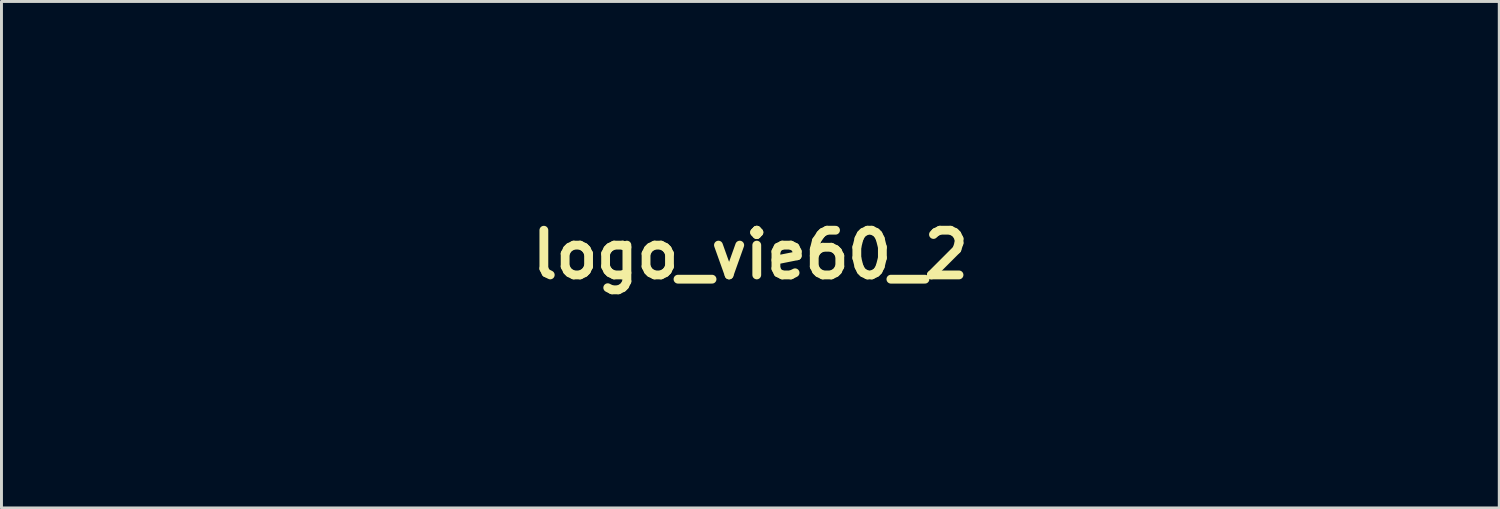
<source format=kicad_pcb>
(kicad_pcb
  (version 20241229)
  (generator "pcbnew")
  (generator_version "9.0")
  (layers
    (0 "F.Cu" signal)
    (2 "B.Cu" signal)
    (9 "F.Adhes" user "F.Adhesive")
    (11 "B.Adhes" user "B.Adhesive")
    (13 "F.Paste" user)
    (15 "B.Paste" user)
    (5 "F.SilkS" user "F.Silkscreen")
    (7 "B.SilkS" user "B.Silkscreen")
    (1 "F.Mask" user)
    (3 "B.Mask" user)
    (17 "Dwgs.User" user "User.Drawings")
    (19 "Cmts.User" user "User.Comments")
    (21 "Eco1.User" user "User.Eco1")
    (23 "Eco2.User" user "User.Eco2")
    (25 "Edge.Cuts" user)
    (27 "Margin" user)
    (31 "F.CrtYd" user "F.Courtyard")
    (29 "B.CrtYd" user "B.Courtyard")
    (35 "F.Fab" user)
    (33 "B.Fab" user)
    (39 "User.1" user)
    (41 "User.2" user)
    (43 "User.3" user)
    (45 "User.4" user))
  (footprint "logo_vie60_2"
    (layer "F.Cu")
    (at 22.528 5.632)
    (property "Reference" "logo_vie60_2" (at 0 0 0) (layer "F.SilkS") (effects (font (size 1.524 1.524) (thickness 0.3))))
    (attr board_only exclude_from_pos_files exclude_from_bom)
    (fp_poly (pts (xy -10.081 2.337) (xy -10.109 2.365) (xy -10.137 2.337) (xy -10.109 2.309)) (stroke (width 0) (type solid)) (fill yes) (layer "F.Mask"))
    (fp_poly (pts (xy -10.081 4.59) (xy -10.109 4.618) (xy -10.137 4.59) (xy -10.109 4.562)) (stroke (width 0) (type solid)) (fill yes) (layer "F.Mask"))
    (fp_poly (pts (xy -9.011 2.337) (xy -9.039 2.365) (xy -9.067 2.337) (xy -9.039 2.309)) (stroke (width 0) (type solid)) (fill yes) (layer "F.Mask"))
    (fp_poly (pts (xy -9.011 4.59) (xy -9.039 4.618) (xy -9.067 4.59) (xy -9.039 4.562)) (stroke (width 0) (type solid)) (fill yes) (layer "F.Mask"))
    (fp_poly (pts (xy -10.663 3.229) (xy -10.671 3.262) (xy -10.701 3.267) (xy -10.747 3.246) (xy -10.738 3.229) (xy -10.671 3.222)) (stroke (width 0) (type solid)) (fill yes) (layer "F.Mask"))
    (fp_poly (pts (xy -8.41 3.229) (xy -8.418 3.262) (xy -8.448 3.267) (xy -8.494 3.246) (xy -8.485 3.229) (xy -8.419 3.222)) (stroke (width 0) (type solid)) (fill yes) (layer "F.Mask"))
    (fp_poly (pts (xy -11.729 -4.259) (xy -11.724 -4.187) (xy -11.79 -4.09) (xy -11.847 -4.065) (xy -11.925 -4.077) (xy -11.93 -4.148) (xy -11.864 -4.245) (xy -11.807 -4.271)) (stroke (width 0) (type solid)) (fill yes) (layer "F.Mask"))
    (fp_poly (pts (xy -5.094 4.316) (xy -5.08 4.393) (xy -5.132 4.468) (xy -5.196 4.495) (xy -5.276 4.474) (xy -5.294 4.397) (xy -5.257 4.301) (xy -5.177 4.28)) (stroke (width 0) (type solid)) (fill yes) (layer "F.Mask"))
    (fp_poly (pts (xy -3.338 4.327) (xy -3.323 4.393) (xy -3.363 4.484) (xy -3.448 4.503) (xy -3.52 4.449) (xy -3.527 4.355) (xy -3.454 4.289) (xy -3.404 4.28)) (stroke (width 0) (type solid)) (fill yes) (layer "F.Mask"))
    (fp_poly (pts (xy -1.504 -0.781) (xy -1.5 -0.708) (xy -1.559 -0.642) (xy -1.596 -0.629) (xy -1.675 -0.641) (xy -1.68 -0.713) (xy -1.625 -0.8) (xy -1.576 -0.817)) (stroke (width 0) (type solid)) (fill yes) (layer "F.Mask"))
    (fp_poly (pts (xy 7.406 0.029) (xy 7.48 0.078) (xy 7.541 0.175) (xy 7.512 0.269) (xy 7.403 0.368) (xy 7.282 0.368) (xy 7.211 0.313) (xy 7.165 0.194) (xy 7.201 0.09) (xy 7.291 0.026)) (stroke (width 0) (type solid)) (fill yes) (layer "F.Mask"))
    (fp_poly (pts (xy 6.415 -1.594) (xy 6.47 -1.476) (xy 6.454 -1.323) (xy 6.379 -1.215) (xy 6.257 -1.18) (xy 6.127 -1.226) (xy 6.081 -1.269) (xy 6.04 -1.392) (xy 6.081 -1.519) (xy 6.184 -1.611) (xy 6.28 -1.633)) (stroke (width 0) (type solid)) (fill yes) (layer "F.Mask"))
    (fp_poly (pts (xy 22.528 5.632) (xy -22.528 5.632) (xy -22.528 5.407) (xy -22.359 5.407) (xy 22.302 5.407) (xy 22.302 -5.463) (xy -22.359 -5.463) (xy -22.359 5.407) (xy -22.528 5.407) (xy -22.528 -5.632) (xy 22.528 -5.632)) (stroke (width 0) (type solid)) (fill yes) (layer "F.Mask"))
    (fp_poly (pts (xy 12.417 -1.917) (xy 12.444 -1.889) (xy 12.487 -1.802) (xy 12.467 -1.687) (xy 12.447 -1.633) (xy 12.353 -1.508) (xy 12.229 -1.461) (xy 12.111 -1.501) (xy 12.058 -1.566) (xy 12.032 -1.703) (xy 12.082 -1.829) (xy 12.18 -1.921) (xy 12.301 -1.958)) (stroke (width 0) (type solid)) (fill yes) (layer "F.Mask"))
    (fp_poly (pts (xy 14.978 -1.81) (xy 15.065 -1.697) (xy 15.094 -1.585) (xy 15.05 -1.491) (xy 14.952 -1.398) (xy 14.848 -1.352) (xy 14.84 -1.352) (xy 14.741 -1.389) (xy 14.675 -1.44) (xy 14.604 -1.527) (xy 14.587 -1.568) (xy 14.629 -1.674) (xy 14.727 -1.784) (xy 14.837 -1.853) (xy 14.87 -1.859)) (stroke (width 0) (type solid)) (fill yes) (layer "F.Mask"))
    (fp_poly (pts (xy -4.275 4.292) (xy -4.035 4.304) (xy -3.889 4.324) (xy -3.818 4.355) (xy -3.802 4.393) (xy -3.824 4.436) (xy -3.904 4.464) (xy -4.059 4.483) (xy -4.29 4.494) (xy -4.567 4.495) (xy -4.746 4.478) (xy -4.817 4.446) (xy -4.831 4.368) (xy -4.755 4.317) (xy -4.582 4.292) (xy -4.306 4.291)) (stroke (width 0) (type solid)) (fill yes) (layer "F.Mask"))
    (fp_poly (pts (xy -4.003 2.537) (xy -3.979 2.634) (xy -4.005 2.806) (xy -4.081 3.061) (xy -4.209 3.405) (xy -4.232 3.463) (xy -4.372 3.785) (xy -4.488 3.999) (xy -4.584 4.106) (xy -4.66 4.108) (xy -4.709 4.031) (xy -4.702 3.949) (xy -4.658 3.784) (xy -4.585 3.559) (xy -4.489 3.296) (xy -4.461 3.225) (xy -4.339 2.922) (xy -4.246 2.713) (xy -4.174 2.583) (xy -4.115 2.519) (xy -4.075 2.506)) (stroke (width 0) (type solid)) (fill yes) (layer "F.Mask"))
    (fp_poly (pts (xy -11.788 -3.917) (xy -11.771 -3.866) (xy -11.781 -3.769) (xy -11.806 -3.606) (xy -11.828 -3.489) (xy -11.856 -3.293) (xy -11.847 -3.184) (xy -11.82 -3.15) (xy -11.785 -3.077) (xy -11.795 -3.048) (xy -11.873 -2.995) (xy -11.973 -2.99) (xy -12.044 -3.032) (xy -12.052 -3.062) (xy -12.042 -3.158) (xy -12.017 -3.321) (xy -11.995 -3.438) (xy -11.967 -3.628) (xy -11.974 -3.735) (xy -12.01 -3.784) (xy -12.048 -3.835) (xy -11.996 -3.885) (xy -11.871 -3.937)) (stroke (width 0) (type solid)) (fill yes) (layer "F.Mask"))
    (fp_poly (pts (xy -9.889 -2.129) (xy -9.865 -2.083) (xy -9.863 -1.986) (xy -9.882 -1.819) (xy -9.922 -1.567) (xy -9.945 -1.437) (xy -9.982 -1.197) (xy -10.005 -0.987) (xy -10.012 -0.841) (xy -10.009 -0.807) (xy -10.021 -0.691) (xy -10.066 -0.65) (xy -10.188 -0.622) (xy -10.232 -0.669) (xy -10.224 -0.746) (xy -10.167 -1.027) (xy -10.12 -1.307) (xy -10.086 -1.561) (xy -10.068 -1.767) (xy -10.069 -1.9) (xy -10.081 -1.937) (xy -10.098 -2.016) (xy -10.042 -2.098) (xy -9.944 -2.14) (xy -9.933 -2.14)) (stroke (width 0) (type solid)) (fill yes) (layer "F.Mask"))
    (fp_poly (pts (xy 13.601 -1.388) (xy 13.689 -1.32) (xy 13.791 -1.231) (xy 13.924 -1.148) (xy 14.045 -1.047) (xy 14.057 -0.935) (xy 13.96 -0.828) (xy 13.952 -0.823) (xy 13.851 -0.793) (xy 13.724 -0.835) (xy 13.685 -0.856) (xy 13.556 -0.916) (xy 13.445 -0.915) (xy 13.328 -0.873) (xy 13.189 -0.826) (xy 13.094 -0.835) (xy 13.018 -0.879) (xy 12.935 -0.961) (xy 12.944 -1.051) (xy 12.955 -1.073) (xy 13.045 -1.162) (xy 13.116 -1.183) (xy 13.229 -1.222) (xy 13.32 -1.295) (xy 13.461 -1.393)) (stroke (width 0) (type solid)) (fill yes) (layer "F.Mask"))
    (fp_poly (pts (xy -17.667 1.152) (xy -17.66 1.159) (xy -17.579 1.305) (xy -17.607 1.469) (xy -17.71 1.608) (xy -17.88 1.72) (xy -18.053 1.735) (xy -18.203 1.651) (xy -18.211 1.643) (xy -18.269 1.539) (xy -18.116 1.539) (xy -18.051 1.623) (xy -17.938 1.621) (xy -17.829 1.545) (xy -17.757 1.424) (xy -17.746 1.295) (xy -17.797 1.211) (xy -17.914 1.196) (xy -18.033 1.257) (xy -18.109 1.372) (xy -18.112 1.38) (xy -18.116 1.539) (xy -18.269 1.539) (xy -18.294 1.494) (xy -18.27 1.344) (xy -18.166 1.208) (xy -17.996 1.098) (xy -17.82 1.078)) (stroke (width 0) (type solid)) (fill yes) (layer "F.Mask"))
    (fp_poly (pts (xy 18.684 -2.993) (xy 18.723 -2.916) (xy 18.817 -2.768) (xy 18.937 -2.664) (xy 18.948 -2.659) (xy 19.066 -2.564) (xy 19.078 -2.445) (xy 18.985 -2.312) (xy 18.927 -2.265) (xy 18.811 -2.148) (xy 18.747 -2.026) (xy 18.744 -2.015) (xy 18.681 -1.9) (xy 18.602 -1.869) (xy 18.504 -1.883) (xy 18.429 -1.975) (xy 18.396 -2.047) (xy 18.312 -2.186) (xy 18.214 -2.272) (xy 18.199 -2.278) (xy 18.075 -2.362) (xy 18.043 -2.484) (xy 18.107 -2.619) (xy 18.159 -2.668) (xy 18.287 -2.797) (xy 18.378 -2.928) (xy 18.478 -3.06) (xy 18.584 -3.082)) (stroke (width 0) (type solid)) (fill yes) (layer "F.Mask"))
    (fp_poly (pts (xy -16.001 3.231) (xy -15.995 3.273) (xy -16.018 3.36) (xy -16.106 3.363) (xy -16.111 3.362) (xy -16.224 3.386) (xy -16.331 3.502) (xy -16.419 3.69) (xy -16.468 3.89) (xy -16.513 4.052) (xy -16.585 4.111) (xy -16.594 4.111) (xy -16.653 4.089) (xy -16.66 4.002) (xy -16.648 3.928) (xy -16.596 3.65) (xy -16.57 3.467) (xy -16.571 3.363) (xy -16.597 3.324) (xy -16.607 3.323) (xy -16.667 3.294) (xy -16.648 3.234) (xy -16.573 3.185) (xy -16.459 3.193) (xy -16.412 3.236) (xy -16.351 3.295) (xy -16.292 3.257) (xy -16.277 3.239) (xy -16.17 3.163) (xy -16.065 3.162)) (stroke (width 0) (type solid)) (fill yes) (layer "F.Mask"))
    (fp_poly (pts (xy -6.877 -1.5) (xy -6.871 -1.458) (xy -6.894 -1.37) (xy -6.983 -1.368) (xy -6.987 -1.369) (xy -7.1 -1.345) (xy -7.208 -1.229) (xy -7.295 -1.041) (xy -7.344 -0.841) (xy -7.39 -0.679) (xy -7.461 -0.62) (xy -7.47 -0.62) (xy -7.529 -0.642) (xy -7.537 -0.729) (xy -7.524 -0.803) (xy -7.472 -1.08) (xy -7.447 -1.264) (xy -7.448 -1.368) (xy -7.474 -1.407) (xy -7.483 -1.408) (xy -7.543 -1.437) (xy -7.524 -1.497) (xy -7.45 -1.546) (xy -7.335 -1.537) (xy -7.288 -1.495) (xy -7.228 -1.436) (xy -7.168 -1.474) (xy -7.153 -1.492) (xy -7.046 -1.568) (xy -6.941 -1.569)) (stroke (width 0) (type solid)) (fill yes) (layer "F.Mask"))
    (fp_poly (pts (xy -5.469 -1.5) (xy -5.463 -1.458) (xy -5.486 -1.37) (xy -5.575 -1.368) (xy -5.579 -1.369) (xy -5.692 -1.345) (xy -5.8 -1.229) (xy -5.887 -1.041) (xy -5.936 -0.841) (xy -5.982 -0.679) (xy -6.053 -0.62) (xy -6.062 -0.62) (xy -6.121 -0.642) (xy -6.129 -0.729) (xy -6.116 -0.803) (xy -6.064 -1.08) (xy -6.039 -1.264) (xy -6.04 -1.368) (xy -6.066 -1.407) (xy -6.075 -1.408) (xy -6.135 -1.437) (xy -6.116 -1.497) (xy -6.042 -1.546) (xy -5.927 -1.537) (xy -5.88 -1.495) (xy -5.82 -1.436) (xy -5.76 -1.474) (xy -5.745 -1.492) (xy -5.638 -1.568) (xy -5.533 -1.569)) (stroke (width 0) (type solid)) (fill yes) (layer "F.Mask"))
    (fp_poly (pts (xy -4.906 0.866) (xy -4.9 0.908) (xy -4.923 0.995) (xy -5.011 0.998) (xy -5.016 0.997) (xy -5.129 1.02) (xy -5.236 1.136) (xy -5.324 1.325) (xy -5.373 1.525) (xy -5.419 1.687) (xy -5.49 1.745) (xy -5.499 1.746) (xy -5.558 1.723) (xy -5.565 1.637) (xy -5.553 1.563) (xy -5.501 1.285) (xy -5.476 1.102) (xy -5.476 0.998) (xy -5.502 0.959) (xy -5.512 0.957) (xy -5.572 0.929) (xy -5.553 0.869) (xy -5.479 0.82) (xy -5.364 0.828) (xy -5.317 0.871) (xy -5.256 0.929) (xy -5.197 0.892) (xy -5.182 0.874) (xy -5.075 0.798) (xy -4.97 0.796)) (stroke (width 0) (type solid)) (fill yes) (layer "F.Mask"))
    (fp_poly (pts (xy -19.597 3.17) (xy -19.446 3.256) (xy -19.346 3.409) (xy -19.318 3.582) (xy -19.368 3.791) (xy -19.499 3.96) (xy -19.684 4.072) (xy -19.894 4.111) (xy -20.101 4.061) (xy -20.123 4.049) (xy -20.252 3.915) (xy -20.295 3.727) (xy -20.29 3.703) (xy -20.106 3.703) (xy -20.068 3.883) (xy -19.968 3.98) (xy -19.827 3.987) (xy -19.664 3.897) (xy -19.625 3.86) (xy -19.529 3.725) (xy -19.487 3.588) (xy -19.486 3.583) (xy -19.527 3.429) (xy -19.628 3.31) (xy -19.746 3.267) (xy -19.868 3.314) (xy -19.989 3.432) (xy -20.078 3.582) (xy -20.106 3.703) (xy -20.29 3.703) (xy -20.252 3.525) (xy -20.127 3.328) (xy -19.961 3.205) (xy -19.777 3.152)) (stroke (width 0) (type solid)) (fill yes) (layer "F.Mask"))
    (fp_poly (pts (xy -19.428 -1.561) (xy -19.277 -1.475) (xy -19.177 -1.322) (xy -19.149 -1.149) (xy -19.199 -0.94) (xy -19.33 -0.771) (xy -19.515 -0.659) (xy -19.725 -0.62) (xy -19.932 -0.67) (xy -19.954 -0.682) (xy -20.083 -0.816) (xy -20.126 -1.004) (xy -20.121 -1.028) (xy -19.937 -1.028) (xy -19.899 -0.847) (xy -19.799 -0.751) (xy -19.658 -0.744) (xy -19.496 -0.834) (xy -19.456 -0.87) (xy -19.36 -1.005) (xy -19.318 -1.142) (xy -19.318 -1.148) (xy -19.358 -1.302) (xy -19.459 -1.421) (xy -19.578 -1.464) (xy -19.699 -1.417) (xy -19.82 -1.299) (xy -19.909 -1.149) (xy -19.937 -1.028) (xy -20.121 -1.028) (xy -20.083 -1.206) (xy -19.958 -1.403) (xy -19.792 -1.526) (xy -19.608 -1.579)) (stroke (width 0) (type solid)) (fill yes) (layer "F.Mask"))
    (fp_poly (pts (xy -10.924 -3.926) (xy -10.773 -3.84) (xy -10.673 -3.687) (xy -10.644 -3.514) (xy -10.694 -3.305) (xy -10.826 -3.136) (xy -11.011 -3.024) (xy -11.221 -2.985) (xy -11.428 -3.036) (xy -11.45 -3.048) (xy -11.578 -3.182) (xy -11.622 -3.369) (xy -11.617 -3.393) (xy -11.433 -3.393) (xy -11.395 -3.213) (xy -11.295 -3.116) (xy -11.154 -3.109) (xy -10.991 -3.199) (xy -10.952 -3.236) (xy -10.856 -3.371) (xy -10.813 -3.508) (xy -10.813 -3.513) (xy -10.854 -3.668) (xy -10.955 -3.786) (xy -11.073 -3.83) (xy -11.195 -3.782) (xy -11.316 -3.664) (xy -11.405 -3.514) (xy -11.433 -3.393) (xy -11.617 -3.393) (xy -11.579 -3.572) (xy -11.454 -3.768) (xy -11.287 -3.892) (xy -11.103 -3.944)) (stroke (width 0) (type solid)) (fill yes) (layer "F.Mask"))
    (fp_poly (pts (xy -10.755 -1.561) (xy -10.604 -1.475) (xy -10.504 -1.322) (xy -10.475 -1.149) (xy -10.525 -0.94) (xy -10.657 -0.771) (xy -10.842 -0.659) (xy -11.052 -0.62) (xy -11.259 -0.67) (xy -11.281 -0.682) (xy -11.409 -0.816) (xy -11.453 -1.004) (xy -11.448 -1.028) (xy -11.264 -1.028) (xy -11.226 -0.847) (xy -11.126 -0.751) (xy -10.985 -0.744) (xy -10.822 -0.834) (xy -10.783 -0.87) (xy -10.687 -1.005) (xy -10.644 -1.142) (xy -10.644 -1.148) (xy -10.685 -1.302) (xy -10.786 -1.421) (xy -10.904 -1.464) (xy -11.026 -1.417) (xy -11.147 -1.299) (xy -11.236 -1.149) (xy -11.264 -1.028) (xy -11.448 -1.028) (xy -11.41 -1.206) (xy -11.285 -1.403) (xy -11.119 -1.526) (xy -10.934 -1.579)) (stroke (width 0) (type solid)) (fill yes) (layer "F.Mask"))
    (fp_poly (pts (xy -7.095 0.804) (xy -6.943 0.891) (xy -6.843 1.044) (xy -6.815 1.216) (xy -6.865 1.426) (xy -6.996 1.594) (xy -7.181 1.706) (xy -7.391 1.745) (xy -7.599 1.695) (xy -7.62 1.683) (xy -7.749 1.549) (xy -7.792 1.362) (xy -7.787 1.338) (xy -7.603 1.338) (xy -7.565 1.518) (xy -7.465 1.615) (xy -7.324 1.622) (xy -7.162 1.532) (xy -7.122 1.495) (xy -7.026 1.36) (xy -6.984 1.223) (xy -6.984 1.217) (xy -7.024 1.063) (xy -7.125 0.945) (xy -7.244 0.901) (xy -7.365 0.949) (xy -7.486 1.067) (xy -7.575 1.216) (xy -7.603 1.338) (xy -7.787 1.338) (xy -7.749 1.159) (xy -7.624 0.963) (xy -7.458 0.839) (xy -7.274 0.787)) (stroke (width 0) (type solid)) (fill yes) (layer "F.Mask"))
    (fp_poly (pts (xy -3.658 -1.531) (xy -3.617 -1.41) (xy -3.62 -1.242) (xy -3.665 -1.054) (xy -3.749 -0.873) (xy -3.809 -0.79) (xy -3.951 -0.674) (xy -4.109 -0.619) (xy -4.248 -0.632) (xy -4.319 -0.69) (xy -4.342 -0.779) (xy -4.359 -0.945) (xy -4.365 -1.141) (xy -4.36 -1.35) (xy -4.341 -1.473) (xy -4.302 -1.534) (xy -4.262 -1.555) (xy -4.177 -1.571) (xy -4.134 -1.54) (xy -4.128 -1.443) (xy -4.154 -1.261) (xy -4.167 -1.187) (xy -4.195 -0.998) (xy -4.204 -0.851) (xy -4.195 -0.787) (xy -4.11 -0.734) (xy -3.995 -0.777) (xy -3.884 -0.887) (xy -3.807 -1.011) (xy -3.782 -1.149) (xy -3.793 -1.309) (xy -3.805 -1.478) (xy -3.786 -1.56) (xy -3.746 -1.577)) (stroke (width 0) (type solid)) (fill yes) (layer "F.Mask"))
    (fp_poly (pts (xy -14.748 -4.205) (xy -14.738 -4.106) (xy -14.742 -4.083) (xy -14.742 -3.974) (xy -14.678 -3.942) (xy -14.678 -3.942) (xy -14.599 -3.914) (xy -14.587 -3.886) (xy -14.634 -3.839) (xy -14.692 -3.83) (xy -14.762 -3.804) (xy -14.807 -3.71) (xy -14.832 -3.568) (xy -14.86 -3.355) (xy -14.864 -3.233) (xy -14.84 -3.179) (xy -14.783 -3.175) (xy -14.727 -3.187) (xy -14.614 -3.203) (xy -14.598 -3.176) (xy -14.678 -3.113) (xy -14.753 -3.071) (xy -14.939 -2.994) (xy -15.05 -2.995) (xy -15.081 -3.072) (xy -15.075 -3.112) (xy -15.049 -3.241) (xy -15.02 -3.428) (xy -15.005 -3.534) (xy -14.988 -3.713) (xy -15 -3.804) (xy -15.042 -3.831) (xy -15.044 -3.831) (xy -15.071 -3.857) (xy -15.003 -3.93) (xy -14.9 -4.039) (xy -14.85 -4.125) (xy -14.795 -4.215)) (stroke (width 0) (type solid)) (fill yes) (layer "F.Mask"))
    (fp_poly (pts (xy -4.583 2.545) (xy -4.58 2.549) (xy -4.55 2.601) (xy -4.55 2.685) (xy -4.583 2.823) (xy -4.653 3.036) (xy -4.695 3.156) (xy -4.818 3.497) (xy -4.912 3.745) (xy -4.984 3.916) (xy -5.042 4.024) (xy -5.093 4.082) (xy -5.146 4.107) (xy -5.2 4.111) (xy -5.329 4.084) (xy -5.393 4.041) (xy -5.433 3.963) (xy -5.501 3.802) (xy -5.588 3.581) (xy -5.684 3.322) (xy -5.69 3.306) (xy -5.79 3.027) (xy -5.853 2.835) (xy -5.883 2.709) (xy -5.886 2.629) (xy -5.864 2.576) (xy -5.841 2.55) (xy -5.766 2.499) (xy -5.696 2.513) (xy -5.624 2.602) (xy -5.543 2.776) (xy -5.445 3.046) (xy -5.405 3.166) (xy -5.216 3.743) (xy -5.018 3.14) (xy -4.911 2.837) (xy -4.821 2.634) (xy -4.741 2.524) (xy -4.664 2.498)) (stroke (width 0) (type solid)) (fill yes) (layer "F.Mask"))
    (fp_poly (pts (xy -19.429 0.339) (xy -19.314 0.459) (xy -19.254 0.65) (xy -19.245 0.883) (xy -19.285 1.133) (xy -19.37 1.373) (xy -19.496 1.577) (xy -19.595 1.674) (xy -19.768 1.743) (xy -19.96 1.728) (xy -20.127 1.632) (xy -20.158 1.598) (xy -20.248 1.402) (xy -20.265 1.22) (xy -20.084 1.22) (xy -20.071 1.416) (xy -20.008 1.558) (xy -19.972 1.59) (xy -19.838 1.629) (xy -19.7 1.562) (xy -19.659 1.524) (xy -19.548 1.365) (xy -19.475 1.163) (xy -19.438 0.943) (xy -19.44 0.731) (xy -19.479 0.552) (xy -19.556 0.431) (xy -19.653 0.394) (xy -19.781 0.446) (xy -19.895 0.582) (xy -19.989 0.775) (xy -20.054 0.997) (xy -20.084 1.22) (xy -20.265 1.22) (xy -20.272 1.149) (xy -20.23 0.873) (xy -20.167 0.697) (xy -20.019 0.464) (xy -19.835 0.323) (xy -19.63 0.281)) (stroke (width 0) (type solid)) (fill yes) (layer "F.Mask"))
    (fp_poly (pts (xy -13.515 -2.027) (xy -13.4 -1.906) (xy -13.34 -1.716) (xy -13.332 -1.482) (xy -13.371 -1.232) (xy -13.456 -0.992) (xy -13.582 -0.789) (xy -13.681 -0.692) (xy -13.854 -0.622) (xy -14.047 -0.638) (xy -14.213 -0.733) (xy -14.245 -0.768) (xy -14.334 -0.964) (xy -14.352 -1.145) (xy -14.171 -1.145) (xy -14.158 -0.949) (xy -14.094 -0.807) (xy -14.058 -0.775) (xy -13.924 -0.737) (xy -13.787 -0.803) (xy -13.746 -0.841) (xy -13.635 -1.001) (xy -13.561 -1.203) (xy -13.525 -1.423) (xy -13.526 -1.635) (xy -13.565 -1.814) (xy -13.642 -1.934) (xy -13.74 -1.971) (xy -13.867 -1.92) (xy -13.982 -1.783) (xy -14.075 -1.59) (xy -14.141 -1.368) (xy -14.171 -1.145) (xy -14.352 -1.145) (xy -14.359 -1.217) (xy -14.317 -1.493) (xy -14.254 -1.668) (xy -14.105 -1.902) (xy -13.922 -2.043) (xy -13.716 -2.085)) (stroke (width 0) (type solid)) (fill yes) (layer "F.Mask"))
    (fp_poly (pts (xy -2.153 -2.115) (xy -2.15 -2.052) (xy -2.163 -1.901) (xy -2.189 -1.688) (xy -2.217 -1.498) (xy -2.264 -1.193) (xy -2.292 -0.982) (xy -2.302 -0.848) (xy -2.292 -0.773) (xy -2.263 -0.74) (xy -2.213 -0.732) (xy -2.196 -0.732) (xy -2.105 -0.709) (xy -2.084 -0.676) (xy -2.136 -0.646) (xy -2.273 -0.626) (xy -2.45 -0.62) (xy -2.636 -0.627) (xy -2.768 -0.646) (xy -2.816 -0.672) (xy -2.768 -0.72) (xy -2.689 -0.742) (xy -2.605 -0.787) (xy -2.536 -0.903) (xy -2.477 -1.102) (xy -2.423 -1.397) (xy -2.4 -1.563) (xy -2.381 -1.734) (xy -2.387 -1.822) (xy -2.428 -1.854) (xy -2.504 -1.859) (xy -2.611 -1.878) (xy -2.647 -1.915) (xy -2.603 -1.967) (xy -2.577 -1.972) (xy -2.48 -1.996) (xy -2.346 -2.056) (xy -2.343 -2.057) (xy -2.224 -2.108) (xy -2.155 -2.117)) (stroke (width 0) (type solid)) (fill yes) (layer "F.Mask"))
    (fp_poly (pts (xy -0.224 -2.027) (xy -0.109 -1.906) (xy -0.049 -1.716) (xy -0.04 -1.482) (xy -0.08 -1.232) (xy -0.165 -0.992) (xy -0.291 -0.789) (xy -0.39 -0.692) (xy -0.563 -0.622) (xy -0.756 -0.638) (xy -0.922 -0.733) (xy -0.953 -0.768) (xy -1.043 -0.964) (xy -1.06 -1.145) (xy -0.879 -1.145) (xy -0.866 -0.949) (xy -0.803 -0.807) (xy -0.767 -0.775) (xy -0.633 -0.737) (xy -0.495 -0.803) (xy -0.454 -0.841) (xy -0.343 -1.001) (xy -0.27 -1.203) (xy -0.234 -1.423) (xy -0.235 -1.635) (xy -0.274 -1.814) (xy -0.351 -1.934) (xy -0.448 -1.971) (xy -0.576 -1.92) (xy -0.69 -1.783) (xy -0.784 -1.59) (xy -0.849 -1.368) (xy -0.879 -1.145) (xy -1.06 -1.145) (xy -1.067 -1.217) (xy -1.025 -1.493) (xy -0.962 -1.668) (xy -0.814 -1.902) (xy -0.63 -2.043) (xy -0.425 -2.085)) (stroke (width 0) (type solid)) (fill yes) (layer "F.Mask"))
    (fp_poly (pts (xy 9.972 3.117) (xy 10.152 3.177) (xy 10.271 3.278) (xy 10.297 3.344) (xy 10.288 3.471) (xy 10.195 3.522) (xy 10.019 3.5) (xy 9.99 3.492) (xy 9.744 3.457) (xy 9.551 3.521) (xy 9.4 3.686) (xy 9.348 3.787) (xy 9.28 3.965) (xy 9.242 4.125) (xy 9.238 4.168) (xy 9.282 4.373) (xy 9.401 4.56) (xy 9.568 4.708) (xy 9.759 4.796) (xy 9.948 4.803) (xy 9.988 4.79) (xy 10.133 4.772) (xy 10.244 4.817) (xy 10.295 4.906) (xy 10.272 4.995) (xy 10.173 5.068) (xy 10.002 5.118) (xy 9.797 5.14) (xy 9.597 5.127) (xy 9.545 5.116) (xy 9.325 5.003) (xy 9.124 4.795) (xy 8.999 4.594) (xy 8.915 4.316) (xy 8.916 4.007) (xy 8.994 3.701) (xy 9.14 3.429) (xy 9.347 3.225) (xy 9.348 3.224) (xy 9.54 3.137) (xy 9.758 3.102)) (stroke (width 0) (type solid)) (fill yes) (layer "F.Mask"))
    (fp_poly (pts (xy 14.68 3.103) (xy 14.847 3.126) (xy 14.94 3.17) (xy 14.977 3.245) (xy 14.981 3.295) (xy 14.946 3.411) (xy 14.833 3.468) (xy 14.634 3.47) (xy 14.545 3.459) (xy 14.298 3.422) (xy 14.316 3.667) (xy 14.333 3.913) (xy 14.608 3.952) (xy 14.833 3.999) (xy 14.952 4.064) (xy 14.972 4.152) (xy 14.944 4.211) (xy 14.86 4.277) (xy 14.703 4.303) (xy 14.615 4.304) (xy 14.348 4.3) (xy 14.376 4.652) (xy 14.382 4.897) (xy 14.348 5.048) (xy 14.272 5.117) (xy 14.216 5.125) (xy 14.125 5.085) (xy 14.094 5.055) (xy 14.065 4.97) (xy 14.037 4.802) (xy 14.012 4.582) (xy 14.004 4.477) (xy 13.984 4.195) (xy 13.96 3.904) (xy 13.937 3.66) (xy 13.933 3.62) (xy 13.917 3.379) (xy 13.944 3.226) (xy 14.031 3.141) (xy 14.197 3.105) (xy 14.42 3.098)) (stroke (width 0) (type solid)) (fill yes) (layer "F.Mask"))
    (fp_poly (pts (xy -14.112 -3.914) (xy -14.107 -3.805) (xy -14.132 -3.602) (xy -14.14 -3.55) (xy -14.167 -3.313) (xy -14.153 -3.17) (xy -14.093 -3.11) (xy -13.983 -3.121) (xy -13.981 -3.121) (xy -13.882 -3.202) (xy -13.783 -3.367) (xy -13.699 -3.587) (xy -13.656 -3.759) (xy -13.605 -3.895) (xy -13.534 -3.942) (xy -13.476 -3.912) (xy -13.482 -3.808) (xy -13.483 -3.802) (xy -13.538 -3.543) (xy -13.561 -3.336) (xy -13.552 -3.2) (xy -13.512 -3.154) (xy -13.476 -3.132) (xy -13.532 -3.06) (xy -13.536 -3.055) (xy -13.616 -2.989) (xy -13.669 -3.005) (xy -13.71 -3.056) (xy -13.775 -3.122) (xy -13.832 -3.095) (xy -13.854 -3.07) (xy -13.969 -3.001) (xy -14.116 -2.989) (xy -14.247 -3.031) (xy -14.296 -3.083) (xy -14.328 -3.211) (xy -14.337 -3.393) (xy -14.324 -3.593) (xy -14.294 -3.771) (xy -14.249 -3.89) (xy -14.227 -3.912) (xy -14.151 -3.945)) (stroke (width 0) (type solid)) (fill yes) (layer "F.Mask"))
    (fp_poly (pts (xy -20.421 -2.053) (xy -20.259 -1.971) (xy -20.171 -1.854) (xy -20.162 -1.802) (xy -20.19 -1.688) (xy -20.253 -1.667) (xy -20.32 -1.747) (xy -20.328 -1.765) (xy -20.429 -1.899) (xy -20.585 -1.958) (xy -20.768 -1.948) (xy -20.952 -1.871) (xy -21.11 -1.734) (xy -21.179 -1.627) (xy -21.269 -1.373) (xy -21.279 -1.139) (xy -21.218 -0.945) (xy -21.093 -0.808) (xy -20.913 -0.747) (xy -20.794 -0.752) (xy -20.605 -0.809) (xy -20.435 -0.899) (xy -20.432 -0.901) (xy -20.326 -0.971) (xy -20.282 -0.97) (xy -20.275 -0.93) (xy -20.326 -0.831) (xy -20.456 -0.735) (xy -20.635 -0.66) (xy -20.83 -0.622) (xy -20.879 -0.62) (xy -21.083 -0.646) (xy -21.252 -0.741) (xy -21.299 -0.781) (xy -21.411 -0.898) (xy -21.464 -1.016) (xy -21.479 -1.186) (xy -21.479 -1.221) (xy -21.43 -1.533) (xy -21.292 -1.787) (xy -21.078 -1.97) (xy -20.8 -2.07) (xy -20.631 -2.084)) (stroke (width 0) (type solid)) (fill yes) (layer "F.Mask"))
    (fp_poly (pts (xy -14.452 0.313) (xy -14.289 0.394) (xy -14.201 0.511) (xy -14.192 0.563) (xy -14.22 0.678) (xy -14.283 0.699) (xy -14.351 0.618) (xy -14.358 0.6) (xy -14.459 0.466) (xy -14.615 0.407) (xy -14.798 0.418) (xy -14.982 0.494) (xy -15.14 0.632) (xy -15.209 0.738) (xy -15.299 0.993) (xy -15.309 1.226) (xy -15.248 1.421) (xy -15.123 1.558) (xy -14.943 1.619) (xy -14.824 1.613) (xy -14.635 1.557) (xy -14.465 1.466) (xy -14.462 1.464) (xy -14.356 1.395) (xy -14.312 1.396) (xy -14.305 1.435) (xy -14.356 1.535) (xy -14.487 1.63) (xy -14.665 1.706) (xy -14.861 1.744) (xy -14.91 1.746) (xy -15.113 1.72) (xy -15.282 1.624) (xy -15.329 1.584) (xy -15.441 1.468) (xy -15.495 1.35) (xy -15.509 1.18) (xy -15.509 1.144) (xy -15.461 0.832) (xy -15.323 0.578) (xy -15.108 0.395) (xy -14.83 0.296) (xy -14.661 0.282)) (stroke (width 0) (type solid)) (fill yes) (layer "F.Mask"))
    (fp_poly (pts (xy -18.315 -3.913) (xy -18.265 -3.872) (xy -18.242 -3.782) (xy -18.225 -3.617) (xy -18.219 -3.421) (xy -18.224 -3.212) (xy -18.243 -3.089) (xy -18.282 -3.028) (xy -18.322 -3.007) (xy -18.418 -2.99) (xy -18.448 -2.998) (xy -18.451 -3.061) (xy -18.435 -3.202) (xy -18.409 -3.373) (xy -18.379 -3.612) (xy -18.393 -3.756) (xy -18.457 -3.817) (xy -18.574 -3.805) (xy -18.58 -3.803) (xy -18.711 -3.707) (xy -18.819 -3.519) (xy -18.893 -3.259) (xy -18.901 -3.216) (xy -18.943 -3.059) (xy -19.002 -2.987) (xy -19.015 -2.985) (xy -19.085 -3.012) (xy -19.092 -3.031) (xy -19.083 -3.107) (xy -19.058 -3.258) (xy -19.032 -3.405) (xy -19.001 -3.61) (xy -19.005 -3.728) (xy -19.034 -3.772) (xy -19.057 -3.829) (xy -19.004 -3.889) (xy -18.921 -3.936) (xy -18.855 -3.889) (xy -18.84 -3.869) (xy -18.776 -3.804) (xy -18.719 -3.834) (xy -18.699 -3.857) (xy -18.591 -3.921) (xy -18.445 -3.94)) (stroke (width 0) (type solid)) (fill yes) (layer "F.Mask"))
    (fp_poly (pts (xy -12.847 2.642) (xy -12.851 2.774) (xy -12.866 2.943) (xy -12.883 3.132) (xy -12.88 3.226) (xy -12.856 3.242) (xy -12.833 3.224) (xy -12.693 3.152) (xy -12.538 3.167) (xy -12.398 3.254) (xy -12.303 3.396) (xy -12.278 3.53) (xy -12.325 3.777) (xy -12.461 3.96) (xy -12.673 4.071) (xy -12.941 4.1) (xy -13.214 4.088) (xy -13.155 3.748) (xy -13.01 3.748) (xy -12.971 3.886) (xy -12.879 3.981) (xy -12.814 3.999) (xy -12.725 3.969) (xy -12.633 3.914) (xy -12.525 3.791) (xy -12.473 3.633) (xy -12.475 3.472) (xy -12.53 3.341) (xy -12.634 3.271) (xy -12.675 3.267) (xy -12.778 3.315) (xy -12.885 3.434) (xy -12.971 3.587) (xy -13.009 3.738) (xy -13.01 3.748) (xy -13.155 3.748) (xy -13.111 3.494) (xy -13.071 3.237) (xy -13.044 3.011) (xy -13.033 2.845) (xy -13.037 2.78) (xy -13.018 2.662) (xy -12.914 2.597) (xy -12.857 2.591)) (stroke (width 0) (type solid)) (fill yes) (layer "F.Mask"))
    (fp_poly (pts (xy -11.322 3.197) (xy -11.287 3.312) (xy -11.304 3.481) (xy -11.367 3.685) (xy -11.468 3.905) (xy -11.6 4.121) (xy -11.758 4.315) (xy -11.854 4.405) (xy -11.974 4.477) (xy -12.087 4.503) (xy -12.157 4.476) (xy -12.165 4.449) (xy -12.118 4.402) (xy -12.062 4.393) (xy -11.955 4.354) (xy -11.834 4.26) (xy -11.827 4.252) (xy -11.747 4.157) (xy -11.746 4.117) (xy -11.788 4.111) (xy -11.903 4.058) (xy -11.992 3.907) (xy -12.048 3.669) (xy -12.062 3.52) (xy -12.068 3.331) (xy -12.056 3.226) (xy -12.019 3.18) (xy -11.968 3.166) (xy -11.905 3.167) (xy -11.874 3.209) (xy -11.866 3.319) (xy -11.873 3.476) (xy -11.867 3.707) (xy -11.826 3.879) (xy -11.758 3.975) (xy -11.67 3.977) (xy -11.661 3.972) (xy -11.566 3.861) (xy -11.493 3.682) (xy -11.459 3.483) (xy -11.465 3.348) (xy -11.48 3.214) (xy -11.45 3.16) (xy -11.415 3.154)) (stroke (width 0) (type solid)) (fill yes) (layer "F.Mask"))
    (fp_poly (pts (xy -8.956 0.831) (xy -8.921 0.947) (xy -8.939 1.116) (xy -9.001 1.32) (xy -9.102 1.539) (xy -9.235 1.756) (xy -9.393 1.949) (xy -9.488 2.04) (xy -9.608 2.112) (xy -9.722 2.137) (xy -9.792 2.111) (xy -9.8 2.084) (xy -9.753 2.037) (xy -9.697 2.027) (xy -9.589 1.989) (xy -9.469 1.894) (xy -9.462 1.887) (xy -9.382 1.792) (xy -9.381 1.752) (xy -9.422 1.746) (xy -9.538 1.693) (xy -9.626 1.541) (xy -9.682 1.304) (xy -9.696 1.155) (xy -9.703 0.965) (xy -9.691 0.861) (xy -9.653 0.814) (xy -9.602 0.8) (xy -9.54 0.801) (xy -9.508 0.844) (xy -9.501 0.953) (xy -9.507 1.11) (xy -9.501 1.342) (xy -9.461 1.514) (xy -9.393 1.609) (xy -9.304 1.612) (xy -9.295 1.607) (xy -9.2 1.495) (xy -9.128 1.317) (xy -9.093 1.117) (xy -9.1 0.983) (xy -9.114 0.849) (xy -9.084 0.794) (xy -9.049 0.788)) (stroke (width 0) (type solid)) (fill yes) (layer "F.Mask"))
    (fp_poly (pts (xy -8.454 0.276) (xy -8.458 0.409) (xy -8.473 0.577) (xy -8.49 0.766) (xy -8.488 0.861) (xy -8.463 0.876) (xy -8.44 0.859) (xy -8.3 0.786) (xy -8.145 0.802) (xy -8.005 0.889) (xy -7.91 1.031) (xy -7.885 1.164) (xy -7.932 1.411) (xy -8.068 1.595) (xy -8.28 1.706) (xy -8.548 1.734) (xy -8.821 1.722) (xy -8.762 1.383) (xy -8.617 1.383) (xy -8.579 1.52) (xy -8.487 1.615) (xy -8.421 1.633) (xy -8.332 1.603) (xy -8.24 1.549) (xy -8.132 1.425) (xy -8.08 1.267) (xy -8.082 1.107) (xy -8.137 0.976) (xy -8.241 0.906) (xy -8.282 0.901) (xy -8.385 0.949) (xy -8.492 1.069) (xy -8.578 1.222) (xy -8.616 1.372) (xy -8.617 1.383) (xy -8.762 1.383) (xy -8.718 1.129) (xy -8.678 0.871) (xy -8.651 0.645) (xy -8.64 0.48) (xy -8.644 0.414) (xy -8.625 0.297) (xy -8.521 0.231) (xy -8.464 0.225)) (stroke (width 0) (type solid)) (fill yes) (layer "F.Mask"))
    (fp_poly (pts (xy -17.056 3.17) (xy -16.928 3.242) (xy -16.87 3.341) (xy -16.9 3.444) (xy -17.003 3.549) (xy -17.171 3.644) (xy -17.358 3.706) (xy -17.457 3.717) (xy -17.553 3.756) (xy -17.572 3.829) (xy -17.524 3.928) (xy -17.402 3.98) (xy -17.234 3.976) (xy -17.118 3.941) (xy -16.976 3.897) (xy -16.919 3.908) (xy -16.956 3.961) (xy -17.057 4.023) (xy -17.3 4.105) (xy -17.508 4.088) (xy -17.672 3.973) (xy -17.68 3.963) (xy -17.764 3.846) (xy -17.79 3.753) (xy -17.763 3.637) (xy -17.739 3.578) (xy -17.546 3.578) (xy -17.493 3.604) (xy -17.465 3.604) (xy -17.326 3.584) (xy -17.209 3.55) (xy -17.1 3.473) (xy -17.067 3.379) (xy -17.12 3.301) (xy -17.145 3.289) (xy -17.271 3.293) (xy -17.41 3.369) (xy -17.516 3.493) (xy -17.516 3.493) (xy -17.546 3.578) (xy -17.739 3.578) (xy -17.717 3.522) (xy -17.6 3.349) (xy -17.43 3.226) (xy -17.239 3.162)) (stroke (width 0) (type solid)) (fill yes) (layer "F.Mask"))
    (fp_poly (pts (xy -16.887 -1.561) (xy -16.759 -1.489) (xy -16.701 -1.39) (xy -16.731 -1.287) (xy -16.834 -1.182) (xy -17.002 -1.087) (xy -17.189 -1.025) (xy -17.288 -1.014) (xy -17.384 -0.975) (xy -17.403 -0.902) (xy -17.355 -0.802) (xy -17.233 -0.751) (xy -17.065 -0.755) (xy -16.949 -0.79) (xy -16.807 -0.833) (xy -16.75 -0.823) (xy -16.787 -0.77) (xy -16.888 -0.708) (xy -17.131 -0.626) (xy -17.339 -0.642) (xy -17.503 -0.758) (xy -17.511 -0.768) (xy -17.595 -0.884) (xy -17.621 -0.978) (xy -17.594 -1.094) (xy -17.57 -1.153) (xy -17.377 -1.153) (xy -17.324 -1.127) (xy -17.296 -1.126) (xy -17.157 -1.146) (xy -17.04 -1.181) (xy -16.931 -1.257) (xy -16.898 -1.352) (xy -16.951 -1.43) (xy -16.976 -1.442) (xy -17.102 -1.438) (xy -17.241 -1.362) (xy -17.347 -1.238) (xy -17.347 -1.238) (xy -17.377 -1.153) (xy -17.57 -1.153) (xy -17.548 -1.209) (xy -17.431 -1.381) (xy -17.261 -1.505) (xy -17.07 -1.568)) (stroke (width 0) (type solid)) (fill yes) (layer "F.Mask"))
    (fp_poly (pts (xy -15.93 -1.561) (xy -15.802 -1.489) (xy -15.744 -1.39) (xy -15.774 -1.287) (xy -15.877 -1.182) (xy -16.045 -1.087) (xy -16.231 -1.025) (xy -16.331 -1.014) (xy -16.426 -0.975) (xy -16.445 -0.902) (xy -16.398 -0.802) (xy -16.275 -0.751) (xy -16.108 -0.755) (xy -15.992 -0.79) (xy -15.85 -0.833) (xy -15.793 -0.823) (xy -15.83 -0.77) (xy -15.93 -0.708) (xy -16.173 -0.626) (xy -16.382 -0.642) (xy -16.545 -0.758) (xy -16.554 -0.768) (xy -16.637 -0.884) (xy -16.663 -0.978) (xy -16.636 -1.094) (xy -16.613 -1.153) (xy -16.419 -1.153) (xy -16.366 -1.127) (xy -16.338 -1.126) (xy -16.2 -1.146) (xy -16.083 -1.181) (xy -15.973 -1.257) (xy -15.941 -1.352) (xy -15.993 -1.43) (xy -16.018 -1.442) (xy -16.145 -1.438) (xy -16.284 -1.362) (xy -16.39 -1.238) (xy -16.39 -1.238) (xy -16.419 -1.153) (xy -16.613 -1.153) (xy -16.59 -1.209) (xy -16.473 -1.381) (xy -16.304 -1.505) (xy -16.112 -1.568)) (stroke (width 0) (type solid)) (fill yes) (layer "F.Mask"))
    (fp_poly (pts (xy -15.254 3.17) (xy -15.126 3.242) (xy -15.068 3.341) (xy -15.098 3.444) (xy -15.201 3.549) (xy -15.369 3.644) (xy -15.555 3.706) (xy -15.655 3.717) (xy -15.75 3.756) (xy -15.769 3.829) (xy -15.722 3.928) (xy -15.599 3.98) (xy -15.432 3.976) (xy -15.316 3.941) (xy -15.174 3.897) (xy -15.117 3.908) (xy -15.154 3.961) (xy -15.254 4.023) (xy -15.497 4.105) (xy -15.706 4.088) (xy -15.87 3.973) (xy -15.878 3.963) (xy -15.961 3.846) (xy -15.988 3.753) (xy -15.961 3.637) (xy -15.937 3.578) (xy -15.744 3.578) (xy -15.691 3.604) (xy -15.662 3.604) (xy -15.524 3.584) (xy -15.407 3.55) (xy -15.297 3.473) (xy -15.265 3.379) (xy -15.318 3.301) (xy -15.343 3.289) (xy -15.469 3.293) (xy -15.608 3.369) (xy -15.714 3.493) (xy -15.714 3.493) (xy -15.744 3.578) (xy -15.937 3.578) (xy -15.915 3.522) (xy -15.797 3.349) (xy -15.628 3.226) (xy -15.437 3.162)) (stroke (width 0) (type solid)) (fill yes) (layer "F.Mask"))
    (fp_poly (pts (xy -10.129 0.804) (xy -10.001 0.877) (xy -9.943 0.975) (xy -9.973 1.079) (xy -10.076 1.184) (xy -10.244 1.279) (xy -10.43 1.34) (xy -10.53 1.352) (xy -10.625 1.391) (xy -10.644 1.463) (xy -10.597 1.563) (xy -10.474 1.615) (xy -10.307 1.611) (xy -10.191 1.576) (xy -10.049 1.532) (xy -9.992 1.543) (xy -10.029 1.595) (xy -10.129 1.657) (xy -10.372 1.74) (xy -10.581 1.723) (xy -10.745 1.608) (xy -10.753 1.598) (xy -10.836 1.481) (xy -10.863 1.388) (xy -10.835 1.271) (xy -10.812 1.212) (xy -10.619 1.212) (xy -10.566 1.238) (xy -10.537 1.239) (xy -10.399 1.219) (xy -10.282 1.184) (xy -10.172 1.108) (xy -10.14 1.014) (xy -10.193 0.935) (xy -10.218 0.923) (xy -10.344 0.927) (xy -10.483 1.004) (xy -10.589 1.128) (xy -10.589 1.128) (xy -10.619 1.212) (xy -10.812 1.212) (xy -10.79 1.156) (xy -10.672 0.984) (xy -10.503 0.861) (xy -10.311 0.797)) (stroke (width 0) (type solid)) (fill yes) (layer "F.Mask"))
    (fp_poly (pts (xy -7.876 -1.561) (xy -7.748 -1.489) (xy -7.69 -1.39) (xy -7.72 -1.287) (xy -7.823 -1.182) (xy -7.991 -1.087) (xy -8.177 -1.025) (xy -8.277 -1.014) (xy -8.373 -0.975) (xy -8.392 -0.902) (xy -8.344 -0.802) (xy -8.222 -0.751) (xy -8.054 -0.755) (xy -7.938 -0.79) (xy -7.796 -0.833) (xy -7.739 -0.823) (xy -7.776 -0.77) (xy -7.877 -0.708) (xy -8.12 -0.626) (xy -8.328 -0.642) (xy -8.492 -0.758) (xy -8.5 -0.768) (xy -8.584 -0.884) (xy -8.61 -0.978) (xy -8.583 -1.094) (xy -8.559 -1.153) (xy -8.366 -1.153) (xy -8.313 -1.127) (xy -8.285 -1.126) (xy -8.146 -1.146) (xy -8.029 -1.181) (xy -7.92 -1.257) (xy -7.887 -1.352) (xy -7.94 -1.43) (xy -7.965 -1.442) (xy -8.091 -1.438) (xy -8.23 -1.362) (xy -8.336 -1.238) (xy -8.336 -1.238) (xy -8.366 -1.153) (xy -8.559 -1.153) (xy -8.537 -1.209) (xy -8.42 -1.381) (xy -8.25 -1.505) (xy -8.059 -1.568)) (stroke (width 0) (type solid)) (fill yes) (layer "F.Mask"))
    (fp_poly (pts (xy -4.722 -1.561) (xy -4.594 -1.489) (xy -4.537 -1.39) (xy -4.567 -1.287) (xy -4.67 -1.182) (xy -4.838 -1.087) (xy -5.024 -1.025) (xy -5.123 -1.014) (xy -5.219 -0.975) (xy -5.238 -0.902) (xy -5.19 -0.802) (xy -5.068 -0.751) (xy -4.9 -0.755) (xy -4.784 -0.79) (xy -4.642 -0.833) (xy -4.585 -0.823) (xy -4.622 -0.77) (xy -4.723 -0.708) (xy -4.966 -0.626) (xy -5.174 -0.642) (xy -5.338 -0.758) (xy -5.346 -0.768) (xy -5.43 -0.884) (xy -5.456 -0.978) (xy -5.429 -1.094) (xy -5.405 -1.153) (xy -5.212 -1.153) (xy -5.159 -1.127) (xy -5.131 -1.126) (xy -4.992 -1.146) (xy -4.875 -1.181) (xy -4.766 -1.257) (xy -4.733 -1.352) (xy -4.786 -1.43) (xy -4.811 -1.442) (xy -4.937 -1.438) (xy -5.076 -1.362) (xy -5.182 -1.238) (xy -5.182 -1.238) (xy -5.212 -1.153) (xy -5.405 -1.153) (xy -5.383 -1.209) (xy -5.266 -1.381) (xy -5.096 -1.505) (xy -4.905 -1.568)) (stroke (width 0) (type solid)) (fill yes) (layer "F.Mask"))
    (fp_poly (pts (xy 13.182 3.109) (xy 13.41 3.125) (xy 13.551 3.153) (xy 13.63 3.2) (xy 13.652 3.228) (xy 13.669 3.336) (xy 13.588 3.421) (xy 13.423 3.476) (xy 13.224 3.492) (xy 13.062 3.495) (xy 12.982 3.52) (xy 12.956 3.587) (xy 12.953 3.682) (xy 12.972 3.811) (xy 13.041 3.89) (xy 13.181 3.93) (xy 13.412 3.942) (xy 13.42 3.942) (xy 13.589 3.97) (xy 13.673 4.045) (xy 13.659 4.152) (xy 13.629 4.197) (xy 13.512 4.256) (xy 13.294 4.28) (xy 13.256 4.28) (xy 12.953 4.28) (xy 12.953 4.635) (xy 12.935 4.894) (xy 12.882 5.059) (xy 12.796 5.124) (xy 12.784 5.125) (xy 12.72 5.09) (xy 12.683 5.057) (xy 12.653 4.972) (xy 12.631 4.8) (xy 12.617 4.564) (xy 12.611 4.289) (xy 12.611 3.999) (xy 12.619 3.719) (xy 12.634 3.471) (xy 12.656 3.281) (xy 12.685 3.171) (xy 12.695 3.158) (xy 12.801 3.123) (xy 12.997 3.107)) (stroke (width 0) (type solid)) (fill yes) (layer "F.Mask"))
    (fp_poly (pts (xy -19.578 -3.923) (xy -19.513 -3.883) (xy -19.45 -3.858) (xy -19.397 -3.89) (xy -19.343 -3.916) (xy -19.32 -3.869) (xy -19.329 -3.737) (xy -19.369 -3.509) (xy -19.372 -3.492) (xy -19.394 -3.312) (xy -19.379 -3.199) (xy -19.37 -3.185) (xy -19.321 -3.096) (xy -19.381 -3.031) (xy -19.412 -3.017) (xy -19.513 -3.021) (xy -19.55 -3.053) (xy -19.604 -3.096) (xy -19.664 -3.055) (xy -19.796 -2.994) (xy -19.964 -3.004) (xy -20.057 -3.042) (xy -20.161 -3.159) (xy -20.188 -3.305) (xy -20.011 -3.305) (xy -19.994 -3.241) (xy -19.912 -3.121) (xy -19.799 -3.108) (xy -19.734 -3.141) (xy -19.642 -3.247) (xy -19.576 -3.405) (xy -19.543 -3.577) (xy -19.551 -3.723) (xy -19.6 -3.802) (xy -19.72 -3.821) (xy -19.839 -3.755) (xy -19.94 -3.63) (xy -20.003 -3.471) (xy -20.011 -3.305) (xy -20.188 -3.305) (xy -20.191 -3.325) (xy -20.159 -3.512) (xy -20.076 -3.693) (xy -19.951 -3.841) (xy -19.795 -3.929) (xy -19.705 -3.942)) (stroke (width 0) (type solid)) (fill yes) (layer "F.Mask"))
    (fp_poly (pts (xy -18.267 -2.101) (xy -18.247 -2.021) (xy -18.26 -1.939) (xy -18.313 -1.956) (xy -18.331 -1.97) (xy -18.398 -2.002) (xy -18.447 -1.948) (xy -18.472 -1.889) (xy -18.524 -1.702) (xy -18.505 -1.599) (xy -18.445 -1.577) (xy -18.368 -1.55) (xy -18.379 -1.494) (xy -18.459 -1.452) (xy -18.516 -1.409) (xy -18.563 -1.301) (xy -18.606 -1.109) (xy -18.628 -0.98) (xy -18.702 -0.64) (xy -18.803 -0.405) (xy -18.933 -0.27) (xy -19.034 -0.235) (xy -19.122 -0.239) (xy -19.123 -0.277) (xy -19.039 -0.334) (xy -19.008 -0.338) (xy -18.957 -0.355) (xy -18.914 -0.416) (xy -18.874 -0.539) (xy -18.832 -0.74) (xy -18.785 -1.018) (xy -18.752 -1.244) (xy -18.741 -1.379) (xy -18.753 -1.446) (xy -18.788 -1.464) (xy -18.79 -1.464) (xy -18.86 -1.497) (xy -18.867 -1.521) (xy -18.822 -1.572) (xy -18.789 -1.577) (xy -18.72 -1.625) (xy -18.672 -1.732) (xy -18.593 -1.941) (xy -18.484 -2.085) (xy -18.362 -2.14) (xy -18.359 -2.14)) (stroke (width 0) (type solid)) (fill yes) (layer "F.Mask"))
    (fp_poly (pts (xy -17.591 -2.101) (xy -17.572 -2.021) (xy -17.584 -1.939) (xy -17.637 -1.956) (xy -17.655 -1.97) (xy -17.722 -2.002) (xy -17.771 -1.948) (xy -17.796 -1.889) (xy -17.848 -1.702) (xy -17.829 -1.599) (xy -17.769 -1.577) (xy -17.693 -1.55) (xy -17.703 -1.494) (xy -17.783 -1.452) (xy -17.84 -1.409) (xy -17.887 -1.301) (xy -17.93 -1.109) (xy -17.952 -0.98) (xy -18.026 -0.64) (xy -18.127 -0.405) (xy -18.257 -0.27) (xy -18.358 -0.235) (xy -18.446 -0.239) (xy -18.447 -0.277) (xy -18.363 -0.334) (xy -18.332 -0.338) (xy -18.281 -0.355) (xy -18.238 -0.416) (xy -18.198 -0.539) (xy -18.156 -0.74) (xy -18.109 -1.018) (xy -18.076 -1.244) (xy -18.065 -1.379) (xy -18.077 -1.446) (xy -18.112 -1.464) (xy -18.114 -1.464) (xy -18.184 -1.497) (xy -18.191 -1.521) (xy -18.146 -1.572) (xy -18.113 -1.577) (xy -18.044 -1.625) (xy -17.996 -1.732) (xy -17.917 -1.941) (xy -17.808 -2.085) (xy -17.686 -2.14) (xy -17.683 -2.14)) (stroke (width 0) (type solid)) (fill yes) (layer "F.Mask"))
    (fp_poly (pts (xy -17.382 -3.923) (xy -17.316 -3.883) (xy -17.253 -3.858) (xy -17.201 -3.89) (xy -17.146 -3.916) (xy -17.124 -3.869) (xy -17.133 -3.737) (xy -17.172 -3.509) (xy -17.176 -3.492) (xy -17.197 -3.312) (xy -17.183 -3.199) (xy -17.173 -3.185) (xy -17.124 -3.096) (xy -17.184 -3.031) (xy -17.215 -3.017) (xy -17.316 -3.021) (xy -17.354 -3.053) (xy -17.407 -3.096) (xy -17.468 -3.055) (xy -17.6 -2.994) (xy -17.768 -3.004) (xy -17.861 -3.042) (xy -17.964 -3.159) (xy -17.991 -3.305) (xy -17.815 -3.305) (xy -17.798 -3.241) (xy -17.715 -3.121) (xy -17.602 -3.108) (xy -17.538 -3.141) (xy -17.446 -3.247) (xy -17.38 -3.405) (xy -17.346 -3.577) (xy -17.354 -3.723) (xy -17.403 -3.802) (xy -17.523 -3.821) (xy -17.643 -3.755) (xy -17.743 -3.63) (xy -17.807 -3.471) (xy -17.815 -3.305) (xy -17.991 -3.305) (xy -17.995 -3.325) (xy -17.963 -3.512) (xy -17.879 -3.693) (xy -17.754 -3.841) (xy -17.599 -3.929) (xy -17.509 -3.942)) (stroke (width 0) (type solid)) (fill yes) (layer "F.Mask"))
    (fp_poly (pts (xy -6.062 0.808) (xy -5.996 0.848) (xy -5.933 0.873) (xy -5.88 0.841) (xy -5.826 0.815) (xy -5.804 0.862) (xy -5.813 0.994) (xy -5.852 1.222) (xy -5.855 1.239) (xy -5.877 1.419) (xy -5.862 1.532) (xy -5.853 1.546) (xy -5.804 1.635) (xy -5.864 1.7) (xy -5.895 1.714) (xy -5.996 1.71) (xy -6.033 1.678) (xy -6.087 1.635) (xy -6.148 1.676) (xy -6.279 1.737) (xy -6.448 1.727) (xy -6.541 1.689) (xy -6.644 1.572) (xy -6.671 1.425) (xy -6.495 1.425) (xy -6.478 1.49) (xy -6.395 1.61) (xy -6.282 1.623) (xy -6.218 1.59) (xy -6.126 1.484) (xy -6.059 1.325) (xy -6.026 1.154) (xy -6.034 1.008) (xy -6.083 0.929) (xy -6.203 0.91) (xy -6.323 0.975) (xy -6.423 1.101) (xy -6.487 1.259) (xy -6.495 1.425) (xy -6.671 1.425) (xy -6.675 1.406) (xy -6.643 1.219) (xy -6.559 1.038) (xy -6.434 0.89) (xy -6.279 0.802) (xy -6.189 0.788)) (stroke (width 0) (type solid)) (fill yes) (layer "F.Mask"))
    (fp_poly (pts (xy 19.588 -0.92) (xy 19.682 -0.841) (xy 19.712 -0.751) (xy 19.758 -0.577) (xy 19.877 -0.402) (xy 20.036 -0.271) (xy 20.082 -0.248) (xy 20.229 -0.156) (xy 20.267 -0.045) (xy 20.195 0.085) (xy 20.064 0.202) (xy 19.866 0.365) (xy 19.755 0.495) (xy 19.714 0.61) (xy 19.714 0.625) (xy 19.67 0.732) (xy 19.573 0.839) (xy 19.466 0.899) (xy 19.447 0.901) (xy 19.362 0.862) (xy 19.33 0.831) (xy 19.28 0.735) (xy 19.225 0.579) (xy 19.209 0.522) (xy 19.089 0.274) (xy 18.95 0.136) (xy 18.802 -0.007) (xy 18.777 -0.087) (xy 19.34 -0.087) (xy 19.349 -0.013) (xy 19.405 0.082) (xy 19.504 0.233) (xy 19.737 0) (xy 19.612 -0.125) (xy 19.519 -0.206) (xy 19.456 -0.209) (xy 19.397 -0.16) (xy 19.34 -0.087) (xy 18.777 -0.087) (xy 18.764 -0.129) (xy 18.835 -0.239) (xy 18.966 -0.319) (xy 19.162 -0.465) (xy 19.284 -0.659) (xy 19.365 -0.808) (xy 19.446 -0.909) (xy 19.474 -0.927)) (stroke (width 0) (type solid)) (fill yes) (layer "F.Mask"))
    (fp_poly (pts (xy -20.488 0.243) (xy -20.478 0.284) (xy -20.558 0.334) (xy -20.662 0.364) (xy -20.836 0.448) (xy -21.013 0.606) (xy -21.158 0.807) (xy -21.173 0.835) (xy -21.214 0.925) (xy -21.188 0.935) (xy -21.128 0.905) (xy -20.916 0.839) (xy -20.735 0.864) (xy -20.596 0.961) (xy -20.515 1.109) (xy -20.505 1.287) (xy -20.58 1.477) (xy -20.665 1.581) (xy -20.862 1.711) (xy -21.081 1.747) (xy -21.29 1.686) (xy -21.325 1.663) (xy -21.446 1.518) (xy -21.483 1.344) (xy -21.289 1.344) (xy -21.25 1.521) (xy -21.15 1.615) (xy -21.008 1.621) (xy -20.846 1.531) (xy -20.807 1.495) (xy -20.703 1.34) (xy -20.675 1.182) (xy -20.716 1.048) (xy -20.824 0.968) (xy -20.898 0.957) (xy -21.048 1.005) (xy -21.187 1.122) (xy -21.275 1.27) (xy -21.289 1.344) (xy -21.483 1.344) (xy -21.488 1.322) (xy -21.462 1.097) (xy -21.378 0.863) (xy -21.247 0.639) (xy -21.077 0.445) (xy -20.88 0.303) (xy -20.666 0.23) (xy -20.595 0.225)) (stroke (width 0) (type solid)) (fill yes) (layer "F.Mask"))
    (fp_poly (pts (xy -14.575 -2.123) (xy -14.565 -2.081) (xy -14.645 -2.032) (xy -14.748 -2.001) (xy -14.922 -1.918) (xy -15.099 -1.76) (xy -15.245 -1.558) (xy -15.26 -1.53) (xy -15.301 -1.44) (xy -15.275 -1.43) (xy -15.214 -1.46) (xy -15.003 -1.526) (xy -14.821 -1.501) (xy -14.683 -1.404) (xy -14.602 -1.257) (xy -14.592 -1.078) (xy -14.666 -0.889) (xy -14.751 -0.784) (xy -14.948 -0.654) (xy -15.167 -0.618) (xy -15.377 -0.68) (xy -15.412 -0.702) (xy -15.532 -0.848) (xy -15.57 -1.021) (xy -15.375 -1.021) (xy -15.337 -0.844) (xy -15.236 -0.75) (xy -15.094 -0.745) (xy -14.933 -0.835) (xy -14.894 -0.87) (xy -14.79 -1.025) (xy -14.761 -1.184) (xy -14.803 -1.317) (xy -14.91 -1.397) (xy -14.985 -1.408) (xy -15.135 -1.36) (xy -15.273 -1.243) (xy -15.362 -1.095) (xy -15.375 -1.021) (xy -15.57 -1.021) (xy -15.575 -1.043) (xy -15.549 -1.268) (xy -15.465 -1.503) (xy -15.333 -1.727) (xy -15.164 -1.92) (xy -14.967 -2.063) (xy -14.752 -2.135) (xy -14.682 -2.14)) (stroke (width 0) (type solid)) (fill yes) (layer "F.Mask"))
    (fp_poly (pts (xy 11.631 3.112) (xy 11.779 3.172) (xy 11.906 3.269) (xy 12.12 3.529) (xy 12.241 3.847) (xy 12.265 4.211) (xy 12.26 4.263) (xy 12.196 4.564) (xy 12.063 4.796) (xy 11.875 4.971) (xy 11.661 5.07) (xy 11.406 5.104) (xy 11.163 5.065) (xy 11.116 5.047) (xy 10.886 4.885) (xy 10.71 4.645) (xy 10.602 4.354) (xy 10.58 4.101) (xy 10.926 4.101) (xy 10.965 4.375) (xy 11.077 4.578) (xy 11.252 4.7) (xy 11.428 4.731) (xy 11.633 4.693) (xy 11.763 4.598) (xy 11.884 4.394) (xy 11.926 4.148) (xy 11.892 3.894) (xy 11.787 3.669) (xy 11.675 3.549) (xy 11.51 3.455) (xy 11.357 3.456) (xy 11.194 3.556) (xy 11.117 3.627) (xy 10.998 3.763) (xy 10.942 3.89) (xy 10.926 4.065) (xy 10.926 4.101) (xy 10.58 4.101) (xy 10.574 4.041) (xy 10.585 3.939) (xy 10.641 3.692) (xy 10.735 3.504) (xy 10.896 3.327) (xy 10.954 3.274) (xy 11.108 3.159) (xy 11.259 3.108) (xy 11.433 3.098)) (stroke (width 0) (type solid)) (fill yes) (layer "F.Mask"))
    (fp_poly (pts (xy -15.351 -4.394) (xy -15.239 -4.316) (xy -15.206 -4.235) (xy -15.228 -4.116) (xy -15.293 -4.101) (xy -15.402 -4.189) (xy -15.409 -4.197) (xy -15.569 -4.314) (xy -15.732 -4.32) (xy -15.885 -4.233) (xy -15.971 -4.133) (xy -15.969 -4.036) (xy -15.871 -3.932) (xy -15.673 -3.811) (xy -15.603 -3.775) (xy -15.413 -3.671) (xy -15.308 -3.588) (xy -15.266 -3.507) (xy -15.263 -3.467) (xy -15.291 -3.267) (xy -15.392 -3.131) (xy -15.492 -3.067) (xy -15.727 -2.992) (xy -15.968 -2.992) (xy -16.175 -3.065) (xy -16.251 -3.123) (xy -16.359 -3.249) (xy -16.38 -3.34) (xy -16.318 -3.424) (xy -16.303 -3.437) (xy -16.207 -3.476) (xy -16.149 -3.414) (xy -16.135 -3.309) (xy -16.089 -3.199) (xy -15.97 -3.133) (xy -15.815 -3.111) (xy -15.656 -3.136) (xy -15.529 -3.211) (xy -15.49 -3.263) (xy -15.455 -3.4) (xy -15.517 -3.513) (xy -15.684 -3.613) (xy -15.732 -3.633) (xy -15.968 -3.747) (xy -16.106 -3.87) (xy -16.161 -4.014) (xy -16.164 -4.06) (xy -16.114 -4.229) (xy -15.98 -4.357) (xy -15.788 -4.431) (xy -15.56 -4.443)) (stroke (width 0) (type solid)) (fill yes) (layer "F.Mask"))
    (fp_poly (pts (xy -11.69 -2.029) (xy -11.579 -1.951) (xy -11.545 -1.869) (xy -11.567 -1.751) (xy -11.632 -1.736) (xy -11.741 -1.824) (xy -11.748 -1.831) (xy -11.908 -1.949) (xy -12.071 -1.954) (xy -12.224 -1.867) (xy -12.31 -1.768) (xy -12.308 -1.671) (xy -12.21 -1.567) (xy -12.012 -1.445) (xy -11.942 -1.409) (xy -11.752 -1.305) (xy -11.647 -1.223) (xy -11.605 -1.142) (xy -11.602 -1.102) (xy -11.631 -0.901) (xy -11.731 -0.765) (xy -11.831 -0.702) (xy -12.066 -0.627) (xy -12.307 -0.627) (xy -12.515 -0.699) (xy -12.59 -0.758) (xy -12.698 -0.884) (xy -12.719 -0.975) (xy -12.657 -1.059) (xy -12.642 -1.071) (xy -12.546 -1.111) (xy -12.488 -1.048) (xy -12.475 -0.943) (xy -12.428 -0.834) (xy -12.31 -0.767) (xy -12.154 -0.745) (xy -11.996 -0.771) (xy -11.868 -0.845) (xy -11.829 -0.898) (xy -11.794 -1.034) (xy -11.857 -1.147) (xy -12.024 -1.248) (xy -12.071 -1.268) (xy -12.307 -1.382) (xy -12.445 -1.504) (xy -12.5 -1.649) (xy -12.503 -1.694) (xy -12.453 -1.864) (xy -12.32 -1.991) (xy -12.127 -2.066) (xy -11.899 -2.078)) (stroke (width 0) (type solid)) (fill yes) (layer "F.Mask"))
    (fp_poly (pts (xy -3.257 2.577) (xy -3.195 2.68) (xy -3.113 2.856) (xy -3.02 3.079) (xy -2.926 3.324) (xy -2.84 3.567) (xy -2.771 3.781) (xy -2.729 3.942) (xy -2.722 4.023) (xy -2.795 4.109) (xy -2.894 4.104) (xy -2.99 4.019) (xy -3.041 3.914) (xy -3.085 3.801) (xy -3.141 3.742) (xy -3.243 3.72) (xy -3.411 3.717) (xy -3.589 3.721) (xy -3.69 3.746) (xy -3.75 3.811) (xy -3.798 3.914) (xy -3.885 4.048) (xy -3.989 4.113) (xy -4.083 4.099) (xy -4.127 4.038) (xy -4.118 3.963) (xy -4.074 3.808) (xy -4.006 3.598) (xy -3.945 3.424) (xy -3.596 3.424) (xy -3.542 3.478) (xy -3.416 3.492) (xy -3.407 3.492) (xy -3.277 3.488) (xy -3.212 3.48) (xy -3.21 3.478) (xy -3.229 3.422) (xy -3.275 3.293) (xy -3.317 3.183) (xy -3.423 2.903) (xy -3.514 3.12) (xy -3.585 3.311) (xy -3.596 3.424) (xy -3.945 3.424) (xy -3.921 3.357) (xy -3.828 3.109) (xy -3.737 2.879) (xy -3.655 2.691) (xy -3.613 2.605) (xy -3.506 2.498) (xy -3.374 2.492)) (stroke (width 0) (type solid)) (fill yes) (layer "F.Mask"))
    (fp_poly (pts (xy 7.991 -4.45) (xy 8.046 -4.347) (xy 8.056 -4.305) (xy 8.162 -4.008) (xy 8.339 -3.798) (xy 8.589 -3.674) (xy 8.701 -3.649) (xy 8.801 -3.583) (xy 8.831 -3.485) (xy 8.821 -3.371) (xy 8.737 -3.296) (xy 8.677 -3.268) (xy 8.506 -3.162) (xy 8.329 -2.997) (xy 8.177 -2.81) (xy 8.084 -2.635) (xy 8.075 -2.606) (xy 8.003 -2.414) (xy 7.905 -2.32) (xy 7.791 -2.328) (xy 7.727 -2.377) (xy 7.679 -2.478) (xy 7.659 -2.623) (xy 7.604 -2.843) (xy 7.445 -3.052) (xy 7.236 -3.211) (xy 7.085 -3.336) (xy 7.061 -3.41) (xy 7.616 -3.41) (xy 7.736 -3.257) (xy 7.823 -3.153) (xy 7.878 -3.102) (xy 7.882 -3.101) (xy 7.934 -3.134) (xy 8.034 -3.22) (xy 8.061 -3.246) (xy 8.216 -3.394) (xy 8.046 -3.565) (xy 7.875 -3.735) (xy 7.616 -3.41) (xy 7.061 -3.41) (xy 7.047 -3.455) (xy 7.121 -3.57) (xy 7.253 -3.655) (xy 7.401 -3.747) (xy 7.51 -3.867) (xy 7.602 -4.044) (xy 7.679 -4.252) (xy 7.745 -4.402) (xy 7.821 -4.468) (xy 7.888 -4.477)) (stroke (width 0) (type solid)) (fill yes) (layer "F.Mask"))
    (fp_poly (pts (xy -18.332 3.172) (xy -18.314 3.242) (xy -18.317 3.386) (xy -18.331 3.542) (xy -18.347 3.784) (xy -18.333 3.925) (xy -18.306 3.969) (xy -18.215 3.972) (xy -18.126 3.892) (xy -18.052 3.759) (xy -18.007 3.601) (xy -18.003 3.448) (xy -18.03 3.365) (xy -18.059 3.249) (xy -18.025 3.191) (xy -17.952 3.163) (xy -17.898 3.227) (xy -17.873 3.361) (xy -17.882 3.52) (xy -17.944 3.757) (xy -18.042 3.944) (xy -18.163 4.067) (xy -18.291 4.114) (xy -18.411 4.07) (xy -18.455 4.023) (xy -18.517 3.956) (xy -18.578 3.972) (xy -18.631 4.017) (xy -18.775 4.097) (xy -18.919 4.099) (xy -19.023 4.022) (xy -19.028 4.013) (xy -19.053 3.907) (xy -19.066 3.73) (xy -19.066 3.548) (xy -19.054 3.349) (xy -19.033 3.236) (xy -18.992 3.183) (xy -18.924 3.163) (xy -18.835 3.163) (xy -18.819 3.224) (xy -18.833 3.29) (xy -18.882 3.527) (xy -18.907 3.736) (xy -18.906 3.891) (xy -18.879 3.963) (xy -18.764 3.98) (xy -18.658 3.897) (xy -18.568 3.725) (xy -18.503 3.477) (xy -18.491 3.4) (xy -18.448 3.223) (xy -18.384 3.155) (xy -18.375 3.154)) (stroke (width 0) (type solid)) (fill yes) (layer "F.Mask"))
    (fp_poly (pts (xy 16.255 3.107) (xy 16.324 3.135) (xy 16.35 3.175) (xy 16.365 3.318) (xy 16.284 3.407) (xy 16.115 3.436) (xy 15.883 3.447) (xy 15.744 3.485) (xy 15.678 3.561) (xy 15.666 3.688) (xy 15.668 3.71) (xy 15.685 3.914) (xy 15.988 3.914) (xy 16.19 3.926) (xy 16.308 3.966) (xy 16.352 4.011) (xy 16.379 4.122) (xy 16.299 4.205) (xy 16.111 4.261) (xy 15.979 4.279) (xy 15.808 4.3) (xy 15.719 4.332) (xy 15.682 4.4) (xy 15.667 4.52) (xy 15.65 4.731) (xy 16.021 4.731) (xy 16.267 4.748) (xy 16.411 4.797) (xy 16.449 4.878) (xy 16.381 4.988) (xy 16.378 4.991) (xy 16.273 5.041) (xy 16.094 5.08) (xy 15.879 5.103) (xy 15.667 5.109) (xy 15.495 5.094) (xy 15.417 5.068) (xy 15.379 5.033) (xy 15.352 4.971) (xy 15.335 4.864) (xy 15.325 4.695) (xy 15.32 4.447) (xy 15.319 4.144) (xy 15.321 3.801) (xy 15.327 3.554) (xy 15.34 3.387) (xy 15.361 3.282) (xy 15.392 3.222) (xy 15.405 3.209) (xy 15.502 3.17) (xy 15.675 3.135) (xy 15.889 3.111) (xy 15.904 3.11) (xy 16.123 3.1)) (stroke (width 0) (type solid)) (fill yes) (layer "F.Mask"))
    (fp_poly (pts (xy -20.671 2.65) (xy -20.526 2.664) (xy -20.435 2.697) (xy -20.368 2.756) (xy -20.341 2.788) (xy -20.262 2.969) (xy -20.291 3.159) (xy -20.353 3.261) (xy -20.467 3.352) (xy -20.644 3.443) (xy -20.84 3.514) (xy -21.007 3.547) (xy -21.019 3.547) (xy -21.126 3.565) (xy -21.182 3.641) (xy -21.208 3.746) (xy -21.215 3.931) (xy -21.176 4.027) (xy -21.147 4.08) (xy -21.19 4.105) (xy -21.324 4.111) (xy -21.345 4.111) (xy -21.49 4.107) (xy -21.543 4.086) (xy -21.522 4.038) (xy -21.507 4.019) (xy -21.462 3.923) (xy -21.413 3.752) (xy -21.365 3.536) (xy -21.34 3.395) (xy -21.13 3.395) (xy -21.099 3.431) (xy -21.052 3.435) (xy -20.928 3.414) (xy -20.773 3.363) (xy -20.766 3.36) (xy -20.561 3.241) (xy -20.465 3.099) (xy -20.466 2.962) (xy -20.546 2.839) (xy -20.668 2.788) (xy -20.856 2.767) (xy -20.978 2.813) (xy -21.056 2.942) (xy -21.101 3.127) (xy -21.129 3.303) (xy -21.13 3.395) (xy -21.34 3.395) (xy -21.324 3.304) (xy -21.294 3.085) (xy -21.28 2.908) (xy -21.287 2.803) (xy -21.294 2.791) (xy -21.339 2.724) (xy -21.311 2.681) (xy -21.2 2.657) (xy -20.993 2.648) (xy -20.899 2.647)) (stroke (width 0) (type solid)) (fill yes) (layer "F.Mask"))
    (fp_poly (pts (xy -15.94 0.285) (xy -15.795 0.299) (xy -15.704 0.332) (xy -15.637 0.39) (xy -15.61 0.423) (xy -15.531 0.604) (xy -15.56 0.794) (xy -15.623 0.896) (xy -15.736 0.986) (xy -15.914 1.077) (xy -16.109 1.149) (xy -16.277 1.181) (xy -16.288 1.181) (xy -16.395 1.2) (xy -16.451 1.275) (xy -16.477 1.38) (xy -16.484 1.566) (xy -16.445 1.662) (xy -16.416 1.714) (xy -16.459 1.739) (xy -16.593 1.746) (xy -16.614 1.746) (xy -16.759 1.741) (xy -16.812 1.721) (xy -16.791 1.672) (xy -16.776 1.654) (xy -16.731 1.557) (xy -16.682 1.386) (xy -16.634 1.17) (xy -16.609 1.03) (xy -16.399 1.03) (xy -16.368 1.065) (xy -16.321 1.07) (xy -16.198 1.049) (xy -16.042 0.997) (xy -16.035 0.994) (xy -15.83 0.876) (xy -15.734 0.734) (xy -15.735 0.597) (xy -15.815 0.473) (xy -15.937 0.423) (xy -16.125 0.401) (xy -16.247 0.447) (xy -16.325 0.576) (xy -16.37 0.761) (xy -16.399 0.937) (xy -16.399 1.03) (xy -16.609 1.03) (xy -16.593 0.938) (xy -16.563 0.719) (xy -16.549 0.543) (xy -16.557 0.438) (xy -16.564 0.425) (xy -16.608 0.358) (xy -16.58 0.315) (xy -16.469 0.291) (xy -16.262 0.282) (xy -16.168 0.282)) (stroke (width 0) (type solid)) (fill yes) (layer "F.Mask"))
    (fp_poly (pts (xy -18.211 0.301) (xy -17.954 0.311) (xy -17.789 0.33) (xy -17.727 0.358) (xy -17.728 0.366) (xy -17.813 0.494) (xy -17.942 0.67) (xy -18.102 0.877) (xy -18.277 1.096) (xy -18.452 1.31) (xy -18.612 1.499) (xy -18.742 1.645) (xy -18.829 1.731) (xy -18.853 1.746) (xy -18.874 1.708) (xy -18.813 1.596) (xy -18.747 1.507) (xy -18.62 1.344) (xy -18.455 1.134) (xy -18.286 0.919) (xy -18.263 0.89) (xy -18.128 0.716) (xy -18.025 0.576) (xy -17.971 0.493) (xy -17.966 0.482) (xy -18.015 0.46) (xy -18.133 0.451) (xy -18.135 0.451) (xy -18.255 0.466) (xy -18.3 0.53) (xy -18.304 0.594) (xy -18.347 0.755) (xy -18.458 0.89) (xy -18.607 0.98) (xy -18.764 1.009) (xy -18.898 0.959) (xy -18.912 0.946) (xy -18.974 0.814) (xy -18.972 0.692) (xy -18.858 0.692) (xy -18.841 0.776) (xy -18.815 0.811) (xy -18.697 0.894) (xy -18.579 0.865) (xy -18.532 0.82) (xy -18.488 0.706) (xy -18.483 0.581) (xy -18.532 0.457) (xy -18.625 0.422) (xy -18.734 0.477) (xy -18.806 0.572) (xy -18.858 0.692) (xy -18.972 0.692) (xy -18.971 0.642) (xy -18.908 0.476) (xy -18.853 0.409) (xy -18.778 0.352) (xy -18.686 0.318) (xy -18.549 0.302) (xy -18.339 0.299)) (stroke (width 0) (type solid)) (fill yes) (layer "F.Mask"))
    (fp_poly (pts (xy -14.003 2.598) (xy -13.979 2.633) (xy -13.973 2.712) (xy -13.987 2.852) (xy -14.019 3.071) (xy -14.061 3.33) (xy -14.102 3.592) (xy -14.122 3.764) (xy -14.121 3.868) (xy -14.1 3.925) (xy -14.075 3.947) (xy -14.025 3.998) (xy -14.075 4.051) (xy -14.08 4.054) (xy -14.208 4.107) (xy -14.288 4.079) (xy -14.305 4.018) (xy -14.313 3.956) (xy -14.356 3.973) (xy -14.408 4.018) (xy -14.564 4.098) (xy -14.735 4.097) (xy -14.875 4.017) (xy -14.879 4.013) (xy -14.99 3.832) (xy -14.995 3.71) (xy -14.813 3.71) (xy -14.785 3.87) (xy -14.744 3.931) (xy -14.652 3.992) (xy -14.544 3.976) (xy -14.472 3.941) (xy -14.375 3.842) (xy -14.304 3.686) (xy -14.27 3.517) (xy -14.287 3.381) (xy -14.304 3.353) (xy -14.426 3.274) (xy -14.57 3.305) (xy -14.682 3.389) (xy -14.776 3.534) (xy -14.813 3.71) (xy -14.995 3.71) (xy -14.997 3.646) (xy -14.958 3.524) (xy -14.844 3.346) (xy -14.687 3.218) (xy -14.514 3.152) (xy -14.354 3.16) (xy -14.268 3.214) (xy -14.221 3.219) (xy -14.185 3.122) (xy -14.174 3.06) (xy -14.164 2.909) (xy -14.184 2.805) (xy -14.193 2.793) (xy -14.209 2.715) (xy -14.153 2.633) (xy -14.056 2.591) (xy -14.045 2.591)) (stroke (width 0) (type solid)) (fill yes) (layer "F.Mask"))
    (fp_poly (pts (xy -12.313 -4.498) (xy -12.289 -4.463) (xy -12.284 -4.385) (xy -12.297 -4.244) (xy -12.329 -4.025) (xy -12.372 -3.766) (xy -12.413 -3.504) (xy -12.433 -3.332) (xy -12.432 -3.228) (xy -12.41 -3.171) (xy -12.386 -3.149) (xy -12.335 -3.098) (xy -12.386 -3.045) (xy -12.39 -3.042) (xy -12.518 -2.989) (xy -12.599 -3.018) (xy -12.616 -3.078) (xy -12.624 -3.14) (xy -12.667 -3.123) (xy -12.719 -3.078) (xy -12.875 -2.998) (xy -13.046 -2.999) (xy -13.186 -3.079) (xy -13.19 -3.083) (xy -13.3 -3.264) (xy -13.305 -3.386) (xy -13.123 -3.386) (xy -13.096 -3.227) (xy -13.055 -3.165) (xy -12.963 -3.104) (xy -12.855 -3.12) (xy -12.783 -3.155) (xy -12.686 -3.254) (xy -12.614 -3.411) (xy -12.58 -3.579) (xy -12.597 -3.715) (xy -12.614 -3.743) (xy -12.736 -3.822) (xy -12.881 -3.791) (xy -12.992 -3.707) (xy -13.087 -3.562) (xy -13.123 -3.386) (xy -13.305 -3.386) (xy -13.308 -3.45) (xy -13.269 -3.572) (xy -13.155 -3.75) (xy -12.997 -3.878) (xy -12.825 -3.945) (xy -12.664 -3.936) (xy -12.578 -3.883) (xy -12.532 -3.878) (xy -12.496 -3.974) (xy -12.484 -4.036) (xy -12.475 -4.187) (xy -12.495 -4.291) (xy -12.503 -4.303) (xy -12.52 -4.381) (xy -12.464 -4.463) (xy -12.366 -4.505) (xy -12.355 -4.506)) (stroke (width 0) (type solid)) (fill yes) (layer "F.Mask"))
    (fp_poly (pts (xy -8.765 -2.132) (xy -8.741 -2.098) (xy -8.736 -2.019) (xy -8.749 -1.879) (xy -8.781 -1.66) (xy -8.823 -1.401) (xy -8.865 -1.139) (xy -8.884 -0.967) (xy -8.884 -0.863) (xy -8.862 -0.806) (xy -8.837 -0.784) (xy -8.787 -0.732) (xy -8.837 -0.68) (xy -8.842 -0.677) (xy -8.97 -0.624) (xy -9.051 -0.652) (xy -9.067 -0.713) (xy -9.075 -0.775) (xy -9.119 -0.758) (xy -9.17 -0.713) (xy -9.326 -0.633) (xy -9.498 -0.633) (xy -9.638 -0.714) (xy -9.641 -0.718) (xy -9.752 -0.899) (xy -9.757 -1.021) (xy -9.575 -1.021) (xy -9.548 -0.861) (xy -9.507 -0.8) (xy -9.415 -0.739) (xy -9.306 -0.755) (xy -9.235 -0.789) (xy -9.138 -0.889) (xy -9.066 -1.045) (xy -9.032 -1.214) (xy -9.049 -1.35) (xy -9.066 -1.378) (xy -9.188 -1.457) (xy -9.333 -1.426) (xy -9.444 -1.342) (xy -9.538 -1.197) (xy -9.575 -1.021) (xy -9.757 -1.021) (xy -9.76 -1.085) (xy -9.72 -1.207) (xy -9.607 -1.385) (xy -9.449 -1.513) (xy -9.276 -1.579) (xy -9.116 -1.571) (xy -9.03 -1.517) (xy -8.984 -1.512) (xy -8.947 -1.609) (xy -8.936 -1.671) (xy -8.926 -1.822) (xy -8.947 -1.926) (xy -8.955 -1.938) (xy -8.971 -2.016) (xy -8.916 -2.098) (xy -8.818 -2.14) (xy -8.807 -2.14)) (stroke (width 0) (type solid)) (fill yes) (layer "F.Mask"))
    (fp_poly (pts (xy -3.865 0.233) (xy -3.842 0.267) (xy -3.836 0.346) (xy -3.849 0.486) (xy -3.881 0.705) (xy -3.924 0.965) (xy -3.965 1.226) (xy -3.985 1.398) (xy -3.984 1.503) (xy -3.962 1.56) (xy -3.938 1.582) (xy -3.887 1.633) (xy -3.938 1.686) (xy -3.942 1.689) (xy -4.07 1.742) (xy -4.151 1.713) (xy -4.168 1.653) (xy -4.176 1.591) (xy -4.219 1.608) (xy -4.271 1.653) (xy -4.427 1.732) (xy -4.598 1.732) (xy -4.738 1.652) (xy -4.742 1.647) (xy -4.852 1.466) (xy -4.857 1.344) (xy -4.675 1.344) (xy -4.648 1.504) (xy -4.607 1.566) (xy -4.515 1.626) (xy -4.407 1.611) (xy -4.335 1.576) (xy -4.238 1.476) (xy -4.166 1.32) (xy -4.132 1.152) (xy -4.149 1.015) (xy -4.166 0.987) (xy -4.288 0.908) (xy -4.433 0.939) (xy -4.544 1.024) (xy -4.639 1.169) (xy -4.675 1.344) (xy -4.857 1.344) (xy -4.86 1.281) (xy -4.821 1.159) (xy -4.707 0.981) (xy -4.549 0.853) (xy -4.377 0.786) (xy -4.216 0.795) (xy -4.13 0.848) (xy -4.084 0.853) (xy -4.048 0.756) (xy -4.036 0.695) (xy -4.027 0.543) (xy -4.047 0.44) (xy -4.055 0.428) (xy -4.072 0.349) (xy -4.016 0.268) (xy -3.918 0.226) (xy -3.907 0.225)) (stroke (width 0) (type solid)) (fill yes) (layer "F.Mask"))
    (fp_poly (pts (xy 17.404 3.107) (xy 17.647 3.134) (xy 17.712 3.147) (xy 17.837 3.195) (xy 17.88 3.287) (xy 17.881 3.323) (xy 17.874 3.4) (xy 17.833 3.444) (xy 17.734 3.467) (xy 17.551 3.479) (xy 17.529 3.48) (xy 17.177 3.497) (xy 17.177 3.686) (xy 17.182 3.791) (xy 17.213 3.851) (xy 17.297 3.884) (xy 17.46 3.908) (xy 17.511 3.914) (xy 17.742 3.956) (xy 17.862 4.015) (xy 17.878 4.039) (xy 17.879 4.159) (xy 17.778 4.239) (xy 17.577 4.277) (xy 17.48 4.28) (xy 17.305 4.284) (xy 17.215 4.305) (xy 17.182 4.354) (xy 17.177 4.416) (xy 17.164 4.561) (xy 17.144 4.639) (xy 17.145 4.686) (xy 17.203 4.716) (xy 17.34 4.733) (xy 17.496 4.742) (xy 17.699 4.754) (xy 17.815 4.772) (xy 17.867 4.808) (xy 17.881 4.871) (xy 17.881 4.9) (xy 17.877 4.968) (xy 17.847 5.01) (xy 17.771 5.035) (xy 17.627 5.048) (xy 17.397 5.057) (xy 17.126 5.059) (xy 16.952 5.044) (xy 16.861 5.009) (xy 16.852 5) (xy 16.827 4.912) (xy 16.811 4.737) (xy 16.803 4.5) (xy 16.803 4.226) (xy 16.81 3.94) (xy 16.823 3.668) (xy 16.843 3.434) (xy 16.868 3.263) (xy 16.895 3.183) (xy 16.997 3.132) (xy 17.177 3.106)) (stroke (width 0) (type solid)) (fill yes) (layer "F.Mask"))
    (fp_poly (pts (xy 3.681 -4.448) (xy 3.699 -4.438) (xy 3.714 -4.412) (xy 3.727 -4.364) (xy 3.738 -4.286) (xy 3.747 -4.171) (xy 3.755 -4.012) (xy 3.761 -3.8) (xy 3.765 -3.53) (xy 3.768 -3.194) (xy 3.771 -2.784) (xy 3.772 -2.294) (xy 3.773 -1.715) (xy 3.773 -1.042) (xy 3.773 -0.266) (xy 3.773 0.084) (xy 3.773 0.905) (xy 3.773 1.619) (xy 3.772 2.236) (xy 3.771 2.762) (xy 3.769 3.204) (xy 3.766 3.569) (xy 3.763 3.866) (xy 3.757 4.1) (xy 3.751 4.28) (xy 3.742 4.413) (xy 3.732 4.505) (xy 3.72 4.565) (xy 3.705 4.598) (xy 3.689 4.614) (xy 3.669 4.618) (xy 3.661 4.618) (xy 3.64 4.616) (xy 3.623 4.607) (xy 3.607 4.581) (xy 3.594 4.533) (xy 3.583 4.455) (xy 3.574 4.34) (xy 3.567 4.181) (xy 3.561 3.969) (xy 3.557 3.699) (xy 3.553 3.363) (xy 3.551 2.953) (xy 3.549 2.463) (xy 3.549 1.884) (xy 3.548 1.211) (xy 3.548 0.435) (xy 3.548 0.084) (xy 3.548 -0.736) (xy 3.548 -1.45) (xy 3.549 -2.067) (xy 3.55 -2.593) (xy 3.552 -3.035) (xy 3.555 -3.4) (xy 3.559 -3.697) (xy 3.564 -3.932) (xy 3.571 -4.111) (xy 3.579 -4.244) (xy 3.589 -4.336) (xy 3.602 -4.396) (xy 3.616 -4.43) (xy 3.633 -4.445) (xy 3.652 -4.449) (xy 3.661 -4.449)) (stroke (width 0) (type solid)) (fill yes) (layer "F.Mask"))
    (fp_poly (pts (xy -10.882 0.288) (xy -10.815 0.302) (xy -10.813 0.306) (xy -10.851 0.354) (xy -10.95 0.457) (xy -11.091 0.595) (xy -11.109 0.613) (xy -11.26 0.761) (xy -11.341 0.858) (xy -11.364 0.927) (xy -11.343 0.993) (xy -11.324 1.025) (xy -11.256 1.144) (xy -11.171 1.305) (xy -11.087 1.474) (xy -11.019 1.62) (xy -10.984 1.708) (xy -10.982 1.717) (xy -11.031 1.737) (xy -11.15 1.746) (xy -11.155 1.746) (xy -11.273 1.735) (xy -11.304 1.688) (xy -11.293 1.636) (xy -11.298 1.525) (xy -11.348 1.365) (xy -11.423 1.201) (xy -11.504 1.077) (xy -11.54 1.046) (xy -11.608 1.061) (xy -11.701 1.146) (xy -11.795 1.27) (xy -11.863 1.399) (xy -11.883 1.486) (xy -11.855 1.617) (xy -11.816 1.678) (xy -11.797 1.721) (xy -11.862 1.741) (xy -11.993 1.746) (xy -12.142 1.742) (xy -12.197 1.723) (xy -12.178 1.676) (xy -12.154 1.647) (xy -12.11 1.555) (xy -12.062 1.39) (xy -12.014 1.179) (xy -11.973 0.951) (xy -11.941 0.733) (xy -11.924 0.551) (xy -11.927 0.433) (xy -11.941 0.404) (xy -12.003 0.36) (xy -11.971 0.318) (xy -11.864 0.288) (xy -11.762 0.282) (xy -11.618 0.285) (xy -11.568 0.305) (xy -11.594 0.354) (xy -11.621 0.384) (xy -11.684 0.5) (xy -11.736 0.676) (xy -11.752 0.764) (xy -11.771 0.926) (xy -11.767 0.997) (xy -11.731 0.995) (xy -11.681 0.96) (xy -11.455 0.774) (xy -11.289 0.603) (xy -11.196 0.464) (xy -11.183 0.383) (xy -11.186 0.315) (xy -11.121 0.286) (xy -11.014 0.282)) (stroke (width 0) (type solid)) (fill yes) (layer "F.Mask"))
    (fp_poly (pts (xy -20.778 -4.445) (xy -20.589 -4.432) (xy -20.442 -4.41) (xy -20.384 -4.391) (xy -20.294 -4.288) (xy -20.285 -4.14) (xy -20.356 -3.98) (xy -20.413 -3.912) (xy -20.551 -3.773) (xy -20.41 -3.632) (xy -20.309 -3.479) (xy -20.317 -3.323) (xy -20.435 -3.155) (xy -20.48 -3.112) (xy -20.563 -3.049) (xy -20.661 -3.011) (xy -20.805 -2.991) (xy -21.022 -2.985) (xy -21.103 -2.985) (xy -21.335 -2.986) (xy -21.472 -2.994) (xy -21.532 -3.012) (xy -21.533 -3.044) (xy -21.503 -3.083) (xy -21.459 -3.176) (xy -21.436 -3.256) (xy -21.217 -3.256) (xy -21.206 -3.158) (xy -21.204 -3.153) (xy -21.114 -3.106) (xy -20.952 -3.106) (xy -20.748 -3.155) (xy -20.734 -3.16) (xy -20.586 -3.252) (xy -20.516 -3.378) (xy -20.522 -3.508) (xy -20.601 -3.612) (xy -20.752 -3.659) (xy -20.775 -3.66) (xy -20.99 -3.641) (xy -21.12 -3.579) (xy -21.188 -3.459) (xy -21.202 -3.401) (xy -21.217 -3.256) (xy -21.436 -3.256) (xy -21.411 -3.341) (xy -21.363 -3.551) (xy -21.332 -3.721) (xy -21.135 -3.721) (xy -20.951 -3.773) (xy -20.777 -3.838) (xy -20.634 -3.914) (xy -20.537 -4.021) (xy -20.502 -4.151) (xy -20.534 -4.261) (xy -20.589 -4.302) (xy -20.726 -4.331) (xy -20.878 -4.333) (xy -20.998 -4.31) (xy -21.032 -4.285) (xy -21.059 -4.201) (xy -21.088 -4.051) (xy -21.099 -3.977) (xy -21.135 -3.721) (xy -21.332 -3.721) (xy -21.322 -3.779) (xy -21.29 -3.998) (xy -21.273 -4.18) (xy -21.276 -4.298) (xy -21.29 -4.327) (xy -21.344 -4.386) (xy -21.345 -4.398) (xy -21.294 -4.424) (xy -21.162 -4.441) (xy -20.98 -4.448)) (stroke (width 0) (type solid)) (fill yes) (layer "F.Mask"))
    (fp_poly (pts (xy -13.344 0.286) (xy -13.154 0.299) (xy -13.008 0.321) (xy -12.95 0.34) (xy -12.859 0.443) (xy -12.851 0.59) (xy -12.921 0.751) (xy -12.979 0.819) (xy -13.117 0.957) (xy -12.976 1.099) (xy -12.875 1.252) (xy -12.883 1.408) (xy -13 1.576) (xy -13.046 1.619) (xy -13.129 1.682) (xy -13.227 1.72) (xy -13.371 1.739) (xy -13.588 1.746) (xy -13.669 1.746) (xy -13.901 1.744) (xy -14.038 1.737) (xy -14.098 1.719) (xy -14.099 1.687) (xy -14.069 1.647) (xy -14.025 1.555) (xy -14.001 1.475) (xy -13.783 1.475) (xy -13.772 1.572) (xy -13.769 1.578) (xy -13.679 1.625) (xy -13.518 1.625) (xy -13.314 1.576) (xy -13.299 1.571) (xy -13.151 1.479) (xy -13.082 1.353) (xy -13.088 1.223) (xy -13.167 1.119) (xy -13.318 1.071) (xy -13.34 1.071) (xy -13.556 1.089) (xy -13.685 1.152) (xy -13.754 1.272) (xy -13.768 1.33) (xy -13.783 1.475) (xy -14.001 1.475) (xy -13.977 1.39) (xy -13.929 1.179) (xy -13.898 1.01) (xy -13.7 1.01) (xy -13.517 0.958) (xy -13.343 0.892) (xy -13.2 0.817) (xy -13.103 0.71) (xy -13.068 0.58) (xy -13.1 0.47) (xy -13.155 0.428) (xy -13.292 0.399) (xy -13.444 0.398) (xy -13.563 0.421) (xy -13.598 0.446) (xy -13.625 0.529) (xy -13.654 0.68) (xy -13.665 0.754) (xy -13.7 1.01) (xy -13.898 1.01) (xy -13.888 0.951) (xy -13.856 0.733) (xy -13.839 0.551) (xy -13.842 0.433) (xy -13.856 0.404) (xy -13.91 0.344) (xy -13.911 0.333) (xy -13.86 0.306) (xy -13.728 0.29) (xy -13.546 0.283)) (stroke (width 0) (type solid)) (fill yes) (layer "F.Mask"))
    (fp_poly (pts (xy -6.763 2.69) (xy -6.683 2.763) (xy -6.627 2.923) (xy -6.682 3.079) (xy -6.836 3.221) (xy -6.954 3.303) (xy -7.025 3.352) (xy -7.031 3.357) (xy -7.014 3.407) (xy -6.95 3.516) (xy -6.913 3.572) (xy -6.825 3.695) (xy -6.77 3.735) (xy -6.716 3.705) (xy -6.676 3.663) (xy -6.603 3.513) (xy -6.612 3.41) (xy -6.625 3.313) (xy -6.58 3.274) (xy -6.459 3.267) (xy -6.321 3.275) (xy -6.241 3.296) (xy -6.238 3.298) (xy -6.258 3.351) (xy -6.34 3.459) (xy -6.46 3.591) (xy -6.594 3.733) (xy -6.658 3.82) (xy -6.662 3.875) (xy -6.617 3.921) (xy -6.612 3.925) (xy -6.474 3.985) (xy -6.378 3.999) (xy -6.286 4.019) (xy -6.283 4.06) (xy -6.365 4.095) (xy -6.528 4.091) (xy -6.554 4.088) (xy -6.734 4.064) (xy -6.875 4.057) (xy -7.027 4.066) (xy -7.218 4.089) (xy -7.395 4.101) (xy -7.509 4.073) (xy -7.598 4.004) (xy -7.683 3.902) (xy -7.716 3.832) (xy -7.713 3.822) (xy -7.481 3.822) (xy -7.423 3.931) (xy -7.326 3.99) (xy -7.196 3.984) (xy -7.07 3.943) (xy -6.925 3.888) (xy -7.074 3.662) (xy -7.175 3.515) (xy -7.241 3.452) (xy -7.302 3.459) (xy -7.384 3.525) (xy -7.387 3.529) (xy -7.474 3.666) (xy -7.481 3.822) (xy -7.713 3.822) (xy -7.676 3.688) (xy -7.578 3.529) (xy -7.455 3.408) (xy -7.452 3.405) (xy -7.362 3.327) (xy -7.34 3.225) (xy -7.354 3.12) (xy -7.361 3.017) (xy -7.153 3.017) (xy -7.126 3.164) (xy -7.052 3.21) (xy -6.935 3.155) (xy -6.871 3.098) (xy -6.775 2.962) (xy -6.775 2.852) (xy -6.851 2.793) (xy -7.009 2.774) (xy -7.114 2.851) (xy -7.153 3.014) (xy -7.153 3.017) (xy -7.361 3.017) (xy -7.364 2.959) (xy -7.307 2.836) (xy -7.262 2.785) (xy -7.104 2.677) (xy -6.925 2.645)) (stroke (width 0) (type solid)) (fill yes) (layer "F.Mask"))
    (fp_poly (pts (xy -9.307 2.531) (xy -9.079 2.531) (xy -8.916 2.532) (xy -8.842 2.532) (xy -8.764 2.57) (xy -8.673 2.647) (xy -8.626 2.705) (xy -8.594 2.782) (xy -8.574 2.9) (xy -8.564 3.078) (xy -8.561 3.34) (xy -8.561 3.464) (xy -8.562 3.762) (xy -8.569 3.969) (xy -8.585 4.107) (xy -8.612 4.197) (xy -8.653 4.259) (xy -8.673 4.28) (xy -8.769 4.363) (xy -8.828 4.395) (xy -9.132 4.405) (xy -9.445 4.409) (xy -9.744 4.408) (xy -10.007 4.402) (xy -10.211 4.392) (xy -10.333 4.378) (xy -10.353 4.372) (xy -10.447 4.311) (xy -10.513 4.231) (xy -10.554 4.111) (xy -10.577 3.932) (xy -10.587 3.673) (xy -10.588 3.453) (xy -10.587 3.238) (xy -10.137 3.238) (xy -10.106 3.499) (xy -10.015 3.678) (xy -9.87 3.766) (xy -9.8 3.773) (xy -9.705 3.814) (xy -9.687 3.877) (xy -9.655 4.004) (xy -9.584 4.046) (xy -9.51 4.001) (xy -9.472 3.896) (xy -9.414 3.793) (xy -9.345 3.773) (xy -9.183 3.723) (xy -9.071 3.579) (xy -9.016 3.35) (xy -9.011 3.238) (xy -9.019 3.052) (xy -9.045 2.955) (xy -9.096 2.929) (xy -9.149 2.959) (xy -9.175 3.065) (xy -9.18 3.206) (xy -9.206 3.428) (xy -9.277 3.586) (xy -9.383 3.658) (xy -9.409 3.661) (xy -9.436 3.609) (xy -9.455 3.475) (xy -9.462 3.295) (xy -9.465 3.097) (xy -9.481 2.986) (xy -9.516 2.938) (xy -9.574 2.929) (xy -9.635 2.94) (xy -9.669 2.991) (xy -9.684 3.106) (xy -9.687 3.295) (xy -9.694 3.481) (xy -9.713 3.613) (xy -9.739 3.661) (xy -9.851 3.609) (xy -9.931 3.468) (xy -9.967 3.258) (xy -9.969 3.206) (xy -9.978 3.031) (xy -10.01 2.945) (xy -10.053 2.929) (xy -10.104 2.956) (xy -10.13 3.054) (xy -10.137 3.238) (xy -10.587 3.238) (xy -10.586 3.157) (xy -10.579 2.952) (xy -10.563 2.816) (xy -10.535 2.728) (xy -10.492 2.665) (xy -10.475 2.647) (xy -10.374 2.564) (xy -10.306 2.532) (xy -10.231 2.532) (xy -10.067 2.531) (xy -9.839 2.531) (xy -9.574 2.53)) (stroke (width 0) (type solid)) (fill yes) (layer "F.Mask"))
    (fp_poly (pts (xy 12.802 -5.102) (xy 13.086 -5.003) (xy 13.111 -4.99) (xy 13.322 -4.86) (xy 13.477 -4.696) (xy 13.573 -4.547) (xy 13.679 -4.346) (xy 13.769 -4.147) (xy 13.806 -4.045) (xy 13.87 -3.838) (xy 14.059 -4.073) (xy 14.343 -4.394) (xy 14.611 -4.62) (xy 14.883 -4.762) (xy 15.179 -4.831) (xy 15.398 -4.843) (xy 15.646 -4.806) (xy 15.896 -4.706) (xy 16.107 -4.564) (xy 16.229 -4.421) (xy 16.35 -4.145) (xy 16.449 -3.797) (xy 16.519 -3.415) (xy 16.55 -3.039) (xy 16.55 -2.881) (xy 16.545 -2.647) (xy 16.552 -2.5) (xy 16.575 -2.415) (xy 16.62 -2.367) (xy 16.644 -2.353) (xy 16.858 -2.2) (xy 17.079 -1.973) (xy 17.279 -1.707) (xy 17.415 -1.464) (xy 17.516 -1.212) (xy 17.577 -0.964) (xy 17.61 -0.666) (xy 17.613 -0.618) (xy 17.624 -0.372) (xy 17.619 -0.2) (xy 17.59 -0.063) (xy 17.532 0.078) (xy 17.495 0.153) (xy 17.366 0.361) (xy 17.191 0.548) (xy 16.943 0.742) (xy 16.901 0.772) (xy 16.915 0.82) (xy 16.967 0.887) (xy 17.044 1.002) (xy 17.145 1.191) (xy 17.254 1.421) (xy 17.357 1.661) (xy 17.437 1.877) (xy 17.458 1.943) (xy 17.498 2.154) (xy 17.507 2.371) (xy 17.506 2.394) (xy 17.481 2.545) (xy 17.427 2.617) (xy 17.362 2.637) (xy 17.256 2.619) (xy 17.208 2.524) (xy 17.178 2.388) (xy 17.138 2.203) (xy 17.124 2.139) (xy 17.057 1.901) (xy 16.958 1.637) (xy 16.843 1.385) (xy 16.728 1.18) (xy 16.656 1.084) (xy 16.523 0.992) (xy 16.39 0.957) (xy 16.228 0.925) (xy 16.151 0.846) (xy 16.158 0.745) (xy 16.248 0.65) (xy 16.403 0.589) (xy 16.646 0.494) (xy 16.89 0.33) (xy 17.091 0.131) (xy 17.178 -0.001) (xy 17.272 -0.3) (xy 17.273 -0.651) (xy 17.181 -1.059) (xy 17.149 -1.155) (xy 17.09 -1.315) (xy 17.027 -1.447) (xy 16.947 -1.569) (xy 16.834 -1.699) (xy 16.673 -1.855) (xy 16.45 -2.055) (xy 16.289 -2.196) (xy 16.225 -2.261) (xy 16.19 -2.334) (xy 16.179 -2.447) (xy 16.188 -2.627) (xy 16.198 -2.749) (xy 16.21 -3.085) (xy 16.179 -3.384) (xy 16.137 -3.58) (xy 16.054 -3.891) (xy 15.978 -4.111) (xy 15.9 -4.26) (xy 15.809 -4.356) (xy 15.693 -4.421) (xy 15.689 -4.423) (xy 15.463 -4.492) (xy 15.251 -4.491) (xy 15.009 -4.416) (xy 14.964 -4.398) (xy 14.671 -4.224) (xy 14.417 -3.967) (xy 14.195 -3.617) (xy 13.999 -3.167) (xy 13.959 -3.052) (xy 13.872 -2.809) (xy 13.806 -2.655) (xy 13.75 -2.571) (xy 13.692 -2.538) (xy 13.657 -2.534) (xy 13.583 -2.548) (xy 13.538 -2.608) (xy 13.509 -2.741) (xy 13.496 -2.838) (xy 13.483 -3.074) (xy 13.486 -3.343) (xy 13.497 -3.485) (xy 13.511 -3.679) (xy 13.499 -3.829) (xy 13.451 -3.982) (xy 13.358 -4.184) (xy 13.351 -4.199) (xy 13.237 -4.409) (xy 13.134 -4.546) (xy 13.013 -4.64) (xy 12.927 -4.686) (xy 12.717 -4.762) (xy 12.553 -4.77) (xy 12.549 -4.768) (xy 12.328 -4.667) (xy 12.085 -4.477) (xy 11.836 -4.22) (xy 11.594 -3.913) (xy 11.374 -3.577) (xy 11.19 -3.23) (xy 11.058 -2.892) (xy 11.011 -2.717) (xy 10.97 -2.6) (xy 10.887 -2.51) (xy 10.732 -2.42) (xy 10.675 -2.392) (xy 10.399 -2.219) (xy 10.126 -1.977) (xy 9.893 -1.7) (xy 9.739 -1.44) (xy 9.647 -1.16) (xy 9.596 -0.849) (xy 9.589 -0.551) (xy 9.629 -0.313) (xy 9.775 -0.032) (xy 10.003 0.215) (xy 10.282 0.396) (xy 10.289 0.399) (xy 10.487 0.513) (xy 10.573 0.624) (xy 10.549 0.734) (xy 10.521 0.767) (xy 10.433 0.819) (xy 10.313 0.801) (xy 10.278 0.788) (xy 10.142 0.753) (xy 10.049 0.754) (xy 9.943 0.84) (xy 9.819 1.013) (xy 9.687 1.249) (xy 9.559 1.525) (xy 9.446 1.82) (xy 9.358 2.11) (xy 9.328 2.244) (xy 9.287 2.425) (xy 9.244 2.521) (xy 9.184 2.558) (xy 9.124 2.563) (xy 9.022 2.543) (xy 8.977 2.461) (xy 8.966 2.383) (xy 8.978 2.173) (xy 9.04 1.899) (xy 9.142 1.59) (xy 9.272 1.276) (xy 9.419 0.988) (xy 9.546 0.788) (xy 9.754 0.506) (xy 9.579 0.307) (xy 9.384 0.031) (xy 9.274 -0.268) (xy 9.237 -0.626) (xy 9.236 -0.66) (xy 9.286 -1.157) (xy 9.432 -1.607) (xy 9.639 -1.957) (xy 9.805 -2.154) (xy 10.006 -2.354) (xy 10.214 -2.533) (xy 10.403 -2.668) (xy 10.528 -2.73) (xy 10.619 -2.81) (xy 10.706 -2.977) (xy 10.726 -3.033) (xy 10.907 -3.471) (xy 11.156 -3.917) (xy 11.369 -4.227) (xy 11.485 -4.386) (xy 11.569 -4.508) (xy 11.602 -4.568) (xy 11.602 -4.568) (xy 11.644 -4.614) (xy 11.757 -4.706) (xy 11.917 -4.823) (xy 11.938 -4.838) (xy 12.249 -5.022) (xy 12.53 -5.109)) (stroke (width 0) (type solid)) (fill yes) (layer "F.Mask")))
  (gr_rect
    (start -3 -3)
    (end 48.055 14.264)
    (stroke (width 0.1) (type default))
    (fill no)
    (layer "Edge.Cuts")))
</source>
